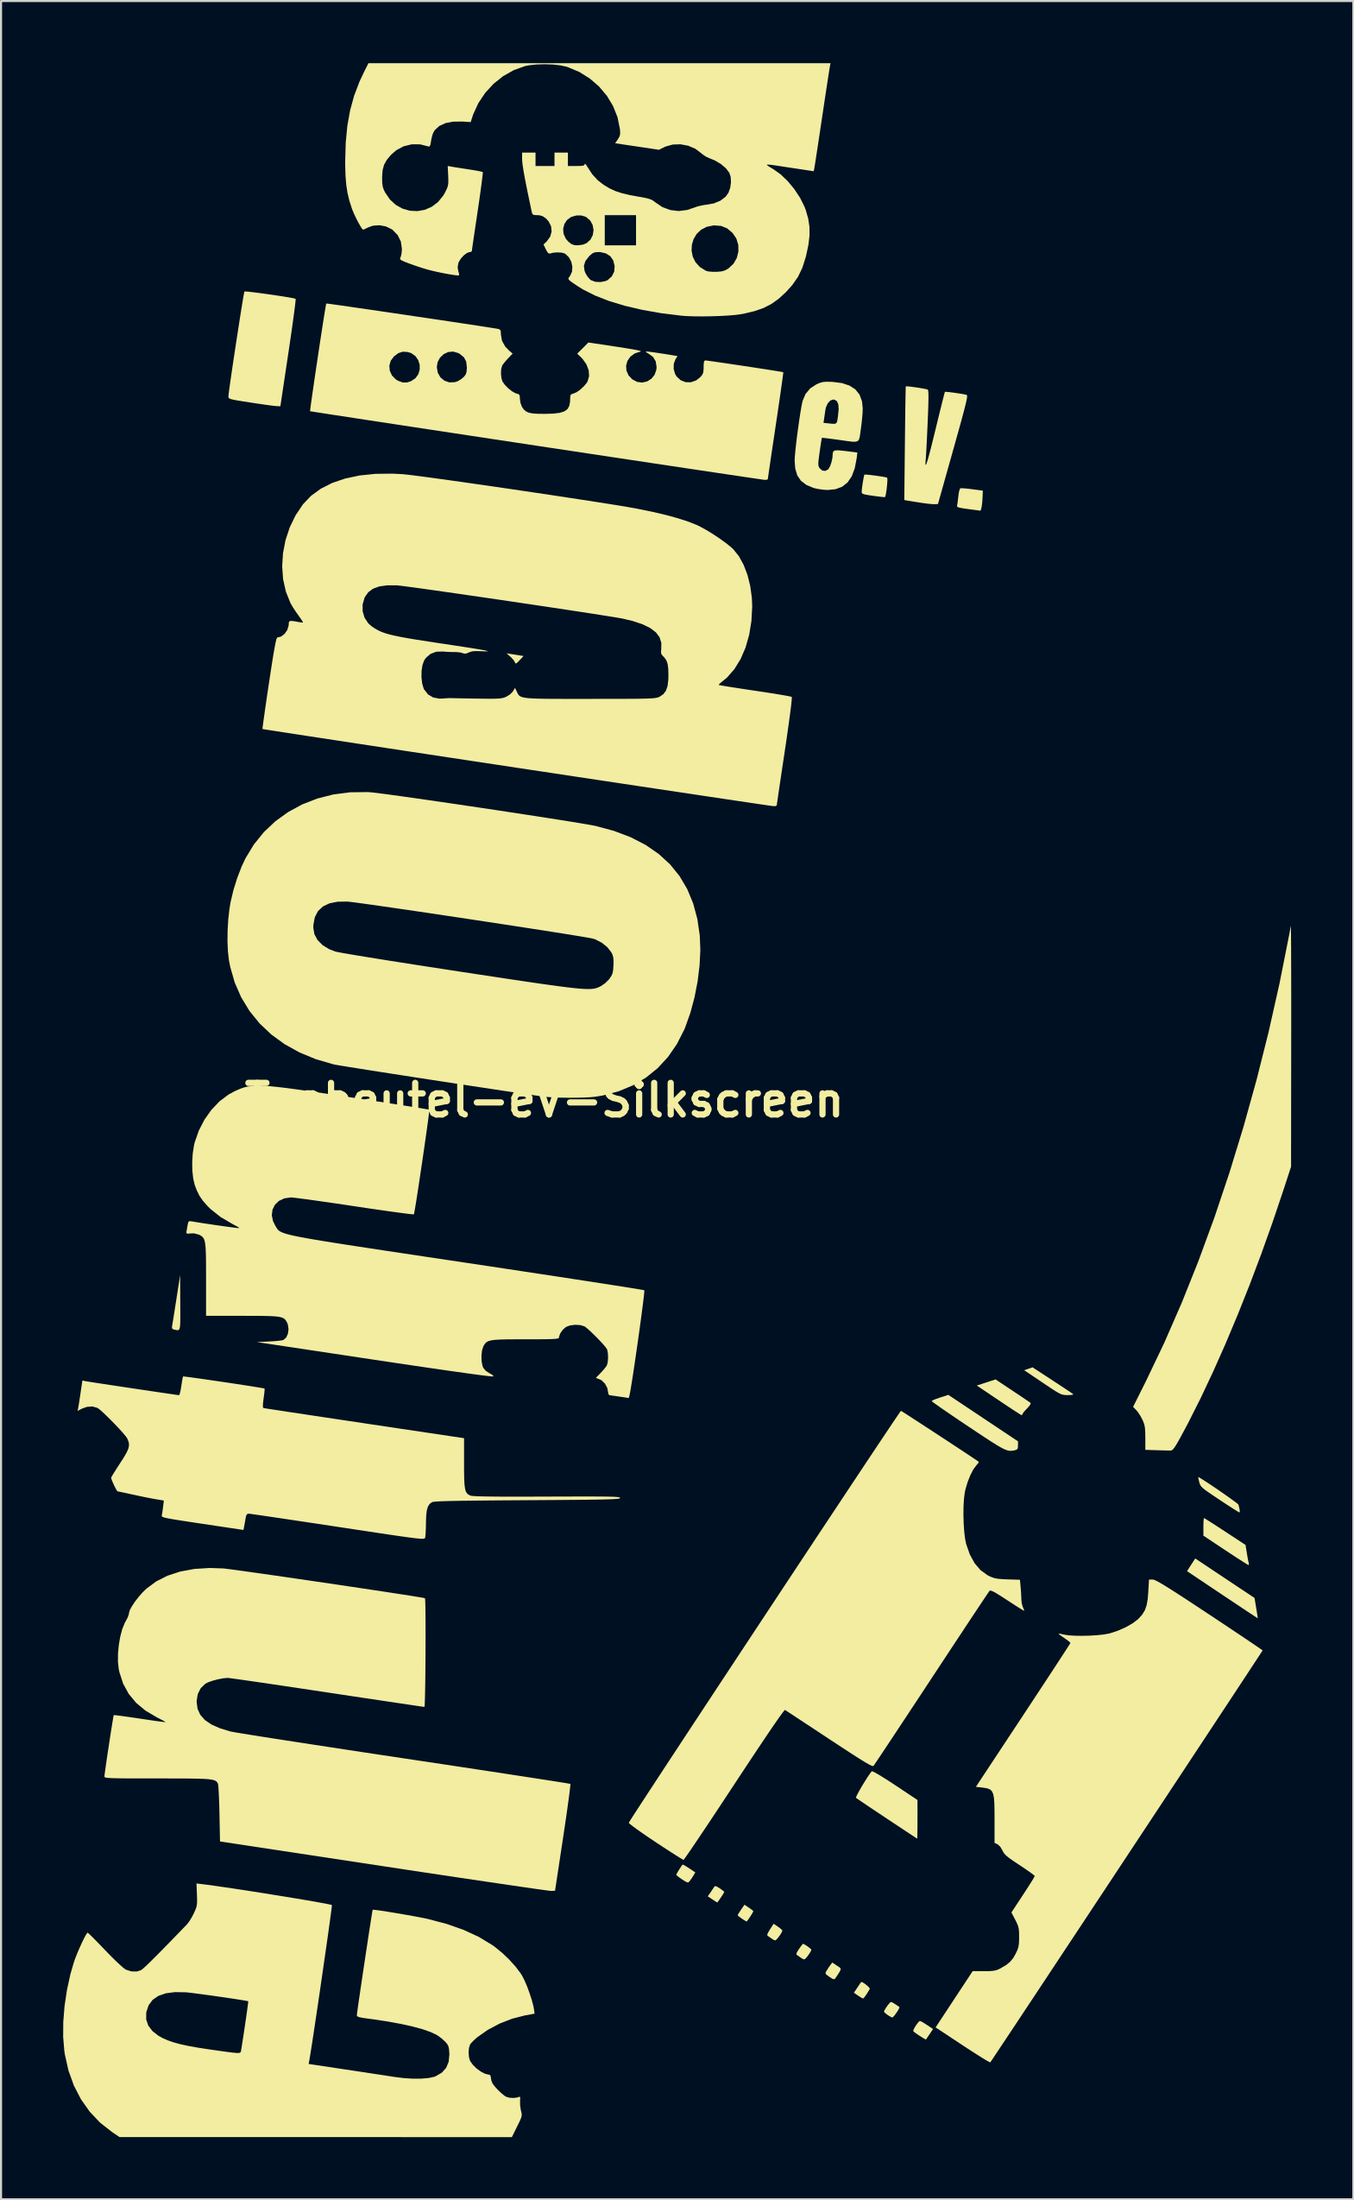
<source format=kicad_pcb>
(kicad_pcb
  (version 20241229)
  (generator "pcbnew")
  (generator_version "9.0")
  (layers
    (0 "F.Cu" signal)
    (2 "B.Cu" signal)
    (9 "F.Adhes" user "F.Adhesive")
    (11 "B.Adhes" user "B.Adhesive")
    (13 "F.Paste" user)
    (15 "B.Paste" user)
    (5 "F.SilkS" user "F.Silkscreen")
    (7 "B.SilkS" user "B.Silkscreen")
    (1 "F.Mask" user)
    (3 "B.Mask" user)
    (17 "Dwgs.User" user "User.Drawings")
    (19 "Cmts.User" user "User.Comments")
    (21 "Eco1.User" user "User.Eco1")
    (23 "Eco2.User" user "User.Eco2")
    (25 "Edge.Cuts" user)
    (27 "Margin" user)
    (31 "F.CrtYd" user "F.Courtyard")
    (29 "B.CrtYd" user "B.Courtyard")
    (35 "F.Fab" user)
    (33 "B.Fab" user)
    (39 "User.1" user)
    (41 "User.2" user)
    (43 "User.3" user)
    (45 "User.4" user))
  (footprint "Teebeutel-eV-Silkscreen"
    (layer "F.Cu")
    (at 23.24 50.045)
    (property "Reference" "Teebeutel-eV-Silkscreen" (at 0 0 0) (layer "F.SilkS") (effects (font (size 1.524 1.524) (thickness 0.3))))
    (attr board_only exclude_from_pos_files exclude_from_bom)
    (fp_poly (pts (xy -1.629 -21.533) (xy -1.432 -21.503) (xy -1.228 -21.47) (xy -1.218 -21.469) (xy -1.008 -21.435) (xy -1.2 -21.231) (xy -1.314 -21.116) (xy -1.377 -21.073) (xy -1.411 -21.093) (xy -1.427 -21.134) (xy -1.488 -21.235) (xy -1.599 -21.359) (xy -1.645 -21.402) (xy -1.829 -21.564)) (stroke (width 0) (type solid)) (fill yes) (layer "F.SilkS"))
    (fp_poly (pts (xy 15.345 42.566) (xy 15.444 42.626) (xy 15.558 42.713) (xy 15.656 42.804) (xy 15.709 42.875) (xy 15.709 42.893) (xy 15.568 43.124) (xy 15.46 43.28) (xy 15.393 43.351) (xy 15.382 43.355) (xy 15.317 43.325) (xy 15.2 43.252) (xy 15.142 43.214) (xy 14.941 43.076) (xy 15.11 42.826) (xy 15.205 42.686) (xy 15.272 42.588) (xy 15.292 42.558)) (stroke (width 0) (type solid)) (fill yes) (layer "F.SilkS"))
    (fp_poly (pts (xy 32.855 23.072) (xy 34.287 24.025) (xy 34.367 24.51) (xy 34.402 24.724) (xy 34.427 24.891) (xy 34.44 24.987) (xy 34.44 25.002) (xy 34.395 24.975) (xy 34.271 24.894) (xy 34.076 24.765) (xy 33.821 24.597) (xy 33.516 24.394) (xy 33.17 24.163) (xy 32.793 23.912) (xy 32.73 23.87) (xy 31.027 22.731) (xy 31.225 22.424) (xy 31.424 22.118)) (stroke (width 0) (type solid)) (fill yes) (layer "F.SilkS"))
    (fp_poly (pts (xy 11.275 39.889) (xy 11.4 39.981) (xy 11.476 40.055) (xy 11.487 40.077) (xy 11.457 40.16) (xy 11.383 40.282) (xy 11.29 40.41) (xy 11.202 40.511) (xy 11.143 40.552) (xy 11.142 40.552) (xy 11.056 40.52) (xy 10.974 40.467) (xy 10.859 40.384) (xy 10.79 40.34) (xy 10.756 40.299) (xy 10.773 40.223) (xy 10.845 40.091) (xy 10.888 40.023) (xy 11.064 39.749)) (stroke (width 0) (type solid)) (fill yes) (layer "F.SilkS"))
    (fp_poly (pts (xy 14.122 41.769) (xy 14.232 41.84) (xy 14.293 41.893) (xy 14.305 41.952) (xy 14.265 42.042) (xy 14.174 42.186) (xy 14.096 42.306) (xy 14.033 42.396) (xy 13.976 42.427) (xy 13.896 42.399) (xy 13.761 42.311) (xy 13.739 42.296) (xy 13.618 42.208) (xy 13.572 42.146) (xy 13.588 42.076) (xy 13.623 42.013) (xy 13.72 41.861) (xy 13.803 41.744) (xy 13.896 41.62)) (stroke (width 0) (type solid)) (fill yes) (layer "F.SilkS"))
    (fp_poly (pts (xy 6.718 36.908) (xy 6.832 36.972) (xy 6.985 37.069) (xy 7.284 37.268) (xy 7.196 37.418) (xy 7.101 37.565) (xy 7.018 37.679) (xy 6.967 37.738) (xy 6.916 37.755) (xy 6.838 37.726) (xy 6.707 37.646) (xy 6.647 37.607) (xy 6.499 37.505) (xy 6.397 37.423) (xy 6.363 37.383) (xy 6.39 37.324) (xy 6.456 37.21) (xy 6.541 37.075) (xy 6.622 36.953) (xy 6.668 36.892)) (stroke (width 0) (type solid)) (fill yes) (layer "F.SilkS"))
    (fp_poly (pts (xy 9.871 38.971) (xy 9.996 39.059) (xy 10.073 39.123) (xy 10.085 39.14) (xy 10.058 39.201) (xy 9.992 39.314) (xy 9.907 39.445) (xy 9.827 39.561) (xy 9.771 39.63) (xy 9.76 39.637) (xy 9.702 39.609) (xy 9.59 39.539) (xy 9.531 39.5) (xy 9.41 39.412) (xy 9.338 39.349) (xy 9.33 39.335) (xy 9.358 39.278) (xy 9.43 39.162) (xy 9.493 39.068) (xy 9.657 38.829)) (stroke (width 0) (type solid)) (fill yes) (layer "F.SilkS"))
    (fp_poly (pts (xy 18.194 44.464) (xy 18.321 44.537) (xy 18.469 44.632) (xy 18.763 44.827) (xy 18.595 45.077) (xy 18.502 45.215) (xy 18.438 45.309) (xy 18.42 45.336) (xy 18.376 45.315) (xy 18.265 45.25) (xy 18.119 45.159) (xy 17.964 45.056) (xy 17.851 44.971) (xy 17.806 44.924) (xy 17.824 44.853) (xy 17.887 44.733) (xy 17.973 44.602) (xy 18.059 44.492) (xy 18.122 44.438) (xy 18.128 44.437)) (stroke (width 0) (type solid)) (fill yes) (layer "F.SilkS"))
    (fp_poly (pts (xy -17.586 9.774) (xy -17.584 10.193) (xy -17.583 10.515) (xy -17.587 10.754) (xy -17.598 10.92) (xy -17.619 11.025) (xy -17.652 11.082) (xy -17.7 11.102) (xy -17.767 11.097) (xy -17.854 11.078) (xy -17.889 11.071) (xy -17.973 11.034) (xy -17.987 10.945) (xy -17.98 10.903) (xy -17.964 10.808) (xy -17.934 10.625) (xy -17.893 10.37) (xy -17.845 10.063) (xy -17.791 9.721) (xy -17.772 9.599) (xy -17.592 8.44)) (stroke (width 0) (type solid)) (fill yes) (layer "F.SilkS"))
    (fp_poly (pts (xy 8.31 37.946) (xy 8.438 38.021) (xy 8.461 38.036) (xy 8.589 38.126) (xy 8.669 38.193) (xy 8.682 38.212) (xy 8.655 38.266) (xy 8.588 38.374) (xy 8.502 38.504) (xy 8.419 38.625) (xy 8.359 38.705) (xy 8.343 38.72) (xy 8.296 38.693) (xy 8.188 38.624) (xy 8.109 38.572) (xy 7.886 38.424) (xy 8.018 38.235) (xy 8.111 38.097) (xy 8.183 37.988) (xy 8.195 37.968) (xy 8.237 37.93)) (stroke (width 0) (type solid)) (fill yes) (layer "F.SilkS"))
    (fp_poly (pts (xy 24.524 13.518) (xy 24.811 13.706) (xy 25.069 13.876) (xy 25.283 14.018) (xy 25.439 14.123) (xy 25.523 14.182) (xy 25.532 14.189) (xy 25.513 14.215) (xy 25.405 14.23) (xy 25.262 14.234) (xy 25.151 14.231) (xy 25.054 14.22) (xy 24.958 14.193) (xy 24.845 14.142) (xy 24.701 14.059) (xy 24.508 13.936) (xy 24.252 13.765) (xy 24.054 13.632) (xy 23.165 13.033) (xy 23.367 12.964) (xy 23.568 12.894)) (stroke (width 0) (type solid)) (fill yes) (layer "F.SilkS"))
    (fp_poly (pts (xy 12.555 40.744) (xy 12.665 40.813) (xy 12.78 40.896) (xy 12.866 40.969) (xy 12.888 41) (xy 12.859 41.079) (xy 12.785 41.2) (xy 12.692 41.327) (xy 12.604 41.428) (xy 12.545 41.469) (xy 12.545 41.469) (xy 12.458 41.437) (xy 12.376 41.384) (xy 12.262 41.302) (xy 12.194 41.258) (xy 12.162 41.215) (xy 12.185 41.135) (xy 12.268 40.998) (xy 12.291 40.965) (xy 12.388 40.829) (xy 12.461 40.738) (xy 12.488 40.715)) (stroke (width 0) (type solid)) (fill yes) (layer "F.SilkS"))
    (fp_poly (pts (xy 16.805 43.549) (xy 16.935 43.626) (xy 17.091 43.732) (xy 17.142 43.769) (xy 17.131 43.821) (xy 17.074 43.926) (xy 16.99 44.053) (xy 16.901 44.173) (xy 16.828 44.254) (xy 16.799 44.271) (xy 16.722 44.241) (xy 16.601 44.171) (xy 16.57 44.15) (xy 16.458 44.065) (xy 16.398 44.001) (xy 16.395 43.99) (xy 16.423 43.914) (xy 16.495 43.796) (xy 16.586 43.668) (xy 16.671 43.565) (xy 16.728 43.52) (xy 16.73 43.52)) (stroke (width 0) (type solid)) (fill yes) (layer "F.SilkS"))
    (fp_poly (pts (xy 20.315 -29.523) (xy 20.525 -29.501) (xy 20.654 -29.484) (xy 21.167 -29.416) (xy 21.153 -29.066) (xy 21.139 -28.86) (xy 21.118 -28.68) (xy 21.099 -28.582) (xy 21.059 -28.447) (xy 20.478 -28.524) (xy 20.219 -28.561) (xy 20.05 -28.592) (xy 19.956 -28.623) (xy 19.921 -28.658) (xy 19.922 -28.685) (xy 19.94 -28.78) (xy 19.962 -28.946) (xy 19.984 -29.139) (xy 20.01 -29.326) (xy 20.045 -29.467) (xy 20.081 -29.53) (xy 20.081 -29.53) (xy 20.158 -29.533)) (stroke (width 0) (type solid)) (fill yes) (layer "F.SilkS"))
    (fp_poly (pts (xy 22.607 14.026) (xy 22.872 14.202) (xy 23.107 14.36) (xy 23.296 14.489) (xy 23.425 14.578) (xy 23.477 14.616) (xy 23.467 14.673) (xy 23.395 14.777) (xy 23.302 14.879) (xy 23.182 15.007) (xy 23.102 15.11) (xy 23.081 15.154) (xy 23.05 15.203) (xy 23.041 15.204) (xy 22.986 15.174) (xy 22.856 15.092) (xy 22.661 14.967) (xy 22.416 14.806) (xy 22.134 14.618) (xy 21.937 14.486) (xy 20.875 13.772) (xy 21.328 13.625) (xy 21.782 13.477)) (stroke (width 0) (type solid)) (fill yes) (layer "F.SilkS"))
    (fp_poly (pts (xy 31.898 20.197) (xy 32.026 20.276) (xy 32.218 20.398) (xy 32.459 20.553) (xy 32.737 20.734) (xy 32.864 20.817) (xy 33.852 21.465) (xy 33.919 21.879) (xy 33.954 22.086) (xy 33.987 22.255) (xy 34.01 22.355) (xy 34.013 22.363) (xy 34.012 22.426) (xy 33.994 22.433) (xy 33.938 22.404) (xy 33.805 22.323) (xy 33.609 22.199) (xy 33.362 22.04) (xy 33.077 21.853) (xy 32.882 21.725) (xy 31.817 21.017) (xy 31.817 20.593) (xy 31.821 20.395) (xy 31.83 20.246) (xy 31.843 20.173) (xy 31.846 20.169)) (stroke (width 0) (type solid)) (fill yes) (layer "F.SilkS"))
    (fp_poly (pts (xy 21.183 15.344) (xy 22.865 16.465) (xy 22.865 16.666) (xy 22.855 16.801) (xy 22.807 16.866) (xy 22.697 16.9) (xy 22.599 16.917) (xy 22.508 16.924) (xy 22.414 16.916) (xy 22.308 16.888) (xy 22.179 16.834) (xy 22.018 16.749) (xy 21.814 16.629) (xy 21.559 16.469) (xy 21.242 16.262) (xy 20.853 16.005) (xy 20.466 15.747) (xy 20.076 15.486) (xy 19.716 15.243) (xy 19.396 15.024) (xy 19.125 14.837) (xy 18.912 14.687) (xy 18.767 14.581) (xy 18.7 14.526) (xy 18.696 14.52) (xy 18.749 14.485) (xy 18.879 14.43) (xy 19.06 14.365) (xy 19.103 14.351) (xy 19.5 14.222)) (stroke (width 0) (type solid)) (fill yes) (layer "F.SilkS"))
    (fp_poly (pts (xy 15.646 -30.181) (xy 15.834 -30.16) (xy 16.044 -30.132) (xy 16.248 -30.102) (xy 16.418 -30.074) (xy 16.526 -30.05) (xy 16.547 -30.042) (xy 16.559 -29.981) (xy 16.556 -29.845) (xy 16.541 -29.664) (xy 16.52 -29.468) (xy 16.493 -29.289) (xy 16.466 -29.157) (xy 16.444 -29.105) (xy 16.384 -29.105) (xy 16.241 -29.119) (xy 16.039 -29.143) (xy 15.868 -29.166) (xy 15.619 -29.203) (xy 15.458 -29.234) (xy 15.367 -29.265) (xy 15.326 -29.304) (xy 15.316 -29.356) (xy 15.316 -29.358) (xy 15.324 -29.467) (xy 15.345 -29.631) (xy 15.373 -29.818) (xy 15.403 -29.995) (xy 15.43 -30.13) (xy 15.449 -30.189) (xy 15.508 -30.192)) (stroke (width 0) (type solid)) (fill yes) (layer "F.SilkS"))
    (fp_poly (pts (xy 31.618 18.21) (xy 31.74 18.283) (xy 31.918 18.398) (xy 32.138 18.542) (xy 32.383 18.707) (xy 32.637 18.881) (xy 32.885 19.054) (xy 33.112 19.214) (xy 33.301 19.352) (xy 33.438 19.455) (xy 33.506 19.515) (xy 33.51 19.522) (xy 33.561 19.728) (xy 33.576 19.858) (xy 33.558 19.898) (xy 33.502 19.869) (xy 33.371 19.789) (xy 33.179 19.667) (xy 32.939 19.512) (xy 32.666 19.332) (xy 32.599 19.288) (xy 32.29 19.081) (xy 32.058 18.923) (xy 31.891 18.803) (xy 31.778 18.71) (xy 31.705 18.634) (xy 31.661 18.563) (xy 31.632 18.487) (xy 31.619 18.44) (xy 31.584 18.296) (xy 31.567 18.205) (xy 31.568 18.19)) (stroke (width 0) (type solid)) (fill yes) (layer "F.SilkS"))
    (fp_poly (pts (xy 15.863 32.402) (xy 16 32.472) (xy 16.207 32.593) (xy 16.475 32.759) (xy 16.795 32.966) (xy 16.932 33.057) (xy 18.012 33.775) (xy 18.012 34.711) (xy 18.011 35.014) (xy 18.009 35.276) (xy 18.006 35.479) (xy 18.002 35.606) (xy 17.998 35.642) (xy 17.952 35.612) (xy 17.826 35.529) (xy 17.632 35.401) (xy 17.381 35.235) (xy 17.082 35.037) (xy 16.747 34.815) (xy 16.536 34.675) (xy 16.183 34.44) (xy 15.857 34.223) (xy 15.572 34.032) (xy 15.337 33.873) (xy 15.163 33.754) (xy 15.062 33.684) (xy 15.041 33.668) (xy 15.055 33.612) (xy 15.116 33.487) (xy 15.211 33.312) (xy 15.329 33.108) (xy 15.458 32.896) (xy 15.585 32.695) (xy 15.698 32.526) (xy 15.785 32.409) (xy 15.804 32.388)) (stroke (width 0) (type solid)) (fill yes) (layer "F.SilkS"))
    (fp_poly (pts (xy -14.279 -39.016) (xy -14.062 -38.991) (xy -13.793 -38.957) (xy -13.491 -38.916) (xy -13.176 -38.872) (xy -12.865 -38.826) (xy -12.577 -38.781) (xy -12.33 -38.74) (xy -12.143 -38.706) (xy -12.034 -38.68) (xy -12.015 -38.673) (xy -12.016 -38.614) (xy -12.031 -38.46) (xy -12.06 -38.219) (xy -12.101 -37.904) (xy -12.153 -37.524) (xy -12.214 -37.089) (xy -12.284 -36.61) (xy -12.36 -36.098) (xy -12.365 -36.064) (xy -12.752 -33.489) (xy -12.942 -33.496) (xy -13.053 -33.507) (xy -13.251 -33.531) (xy -13.516 -33.568) (xy -13.827 -33.613) (xy -14.165 -33.664) (xy -14.196 -33.668) (xy -14.558 -33.725) (xy -14.827 -33.768) (xy -15.017 -33.804) (xy -15.141 -33.834) (xy -15.214 -33.863) (xy -15.249 -33.896) (xy -15.26 -33.935) (xy -15.26 -33.971) (xy -15.252 -34.062) (xy -15.229 -34.242) (xy -15.194 -34.499) (xy -15.148 -34.82) (xy -15.094 -35.193) (xy -15.033 -35.604) (xy -14.967 -36.041) (xy -14.899 -36.49) (xy -14.83 -36.94) (xy -14.762 -37.377) (xy -14.698 -37.789) (xy -14.638 -38.163) (xy -14.586 -38.485) (xy -14.543 -38.743) (xy -14.51 -38.925) (xy -14.491 -39.018) (xy -14.488 -39.027) (xy -14.428 -39.028)) (stroke (width 0) (type solid)) (fill yes) (layer "F.SilkS"))
    (fp_poly (pts (xy 36.042 -8.378) (xy 36.045 -8.243) (xy 36.048 -8.012) (xy 36.05 -7.695) (xy 36.053 -7.296) (xy 36.054 -6.822) (xy 36.056 -6.282) (xy 36.057 -5.68) (xy 36.058 -5.024) (xy 36.058 -4.32) (xy 36.058 -3.576) (xy 36.057 -2.798) (xy 36.057 -2.669) (xy 36.051 3.209) (xy 35.683 4.336) (xy 35.162 5.88) (xy 34.617 7.409) (xy 34.051 8.909) (xy 33.469 10.369) (xy 32.878 11.776) (xy 32.281 13.117) (xy 31.685 14.381) (xy 31.094 15.554) (xy 30.877 15.963) (xy 30.699 16.292) (xy 30.562 16.536) (xy 30.458 16.708) (xy 30.379 16.819) (xy 30.318 16.882) (xy 30.265 16.907) (xy 30.245 16.91) (xy 30.138 16.909) (xy 29.954 16.905) (xy 29.722 16.899) (xy 29.566 16.894) (xy 29.013 16.876) (xy 29.013 16.298) (xy 29.009 16.023) (xy 28.996 15.825) (xy 28.969 15.671) (xy 28.921 15.53) (xy 28.875 15.423) (xy 28.77 15.228) (xy 28.65 15.048) (xy 28.58 14.964) (xy 28.423 14.801) (xy 29.056 13.535) (xy 29.933 11.698) (xy 30.777 9.766) (xy 31.583 7.749) (xy 32.351 5.657) (xy 33.075 3.498) (xy 33.755 1.281) (xy 34.386 -0.985) (xy 34.966 -3.29) (xy 35.491 -5.625) (xy 35.96 -7.982) (xy 36.039 -8.413)) (stroke (width 0) (type solid)) (fill yes) (layer "F.SilkS"))
    (fp_poly (pts (xy 17.639 -34.439) (xy 17.824 -34.415) (xy 18.03 -34.386) (xy 18.229 -34.354) (xy 18.392 -34.323) (xy 18.492 -34.299) (xy 18.505 -34.293) (xy 18.524 -34.257) (xy 18.536 -34.169) (xy 18.542 -34.019) (xy 18.541 -33.798) (xy 18.534 -33.497) (xy 18.52 -33.104) (xy 18.505 -32.752) (xy 18.487 -32.342) (xy 18.469 -31.95) (xy 18.451 -31.594) (xy 18.434 -31.293) (xy 18.42 -31.065) (xy 18.41 -30.928) (xy 18.397 -30.754) (xy 18.4 -30.665) (xy 18.42 -30.663) (xy 18.458 -30.751) (xy 18.515 -30.931) (xy 18.591 -31.207) (xy 18.688 -31.581) (xy 18.806 -32.056) (xy 18.899 -32.438) (xy 19 -32.852) (xy 19.093 -33.232) (xy 19.176 -33.565) (xy 19.244 -33.838) (xy 19.296 -34.04) (xy 19.328 -34.157) (xy 19.336 -34.183) (xy 19.394 -34.185) (xy 19.53 -34.173) (xy 19.716 -34.15) (xy 19.922 -34.121) (xy 20.121 -34.09) (xy 20.284 -34.061) (xy 20.383 -34.037) (xy 20.388 -34.035) (xy 20.404 -34.015) (xy 20.409 -33.966) (xy 20.399 -33.88) (xy 20.375 -33.749) (xy 20.332 -33.566) (xy 20.27 -33.321) (xy 20.187 -33.007) (xy 20.081 -32.616) (xy 19.948 -32.14) (xy 19.789 -31.571) (xy 19.737 -31.386) (xy 19.001 -28.77) (xy 18.844 -28.762) (xy 18.719 -28.766) (xy 18.524 -28.785) (xy 18.292 -28.815) (xy 18.201 -28.828) (xy 17.961 -28.865) (xy 17.743 -28.9) (xy 17.583 -28.926) (xy 17.545 -28.932) (xy 17.375 -28.962) (xy 17.404 -31.698) (xy 17.41 -32.23) (xy 17.416 -32.729) (xy 17.422 -33.184) (xy 17.427 -33.584) (xy 17.433 -33.921) (xy 17.438 -34.183) (xy 17.442 -34.361) (xy 17.445 -34.444) (xy 17.446 -34.448) (xy 17.503 -34.451)) (stroke (width 0) (type solid)) (fill yes) (layer "F.SilkS"))
    (fp_poly (pts (xy 13.828 -34.668) (xy 13.905 -34.665) (xy 14.361 -34.608) (xy 14.732 -34.485) (xy 15.017 -34.298) (xy 15.217 -34.044) (xy 15.334 -33.723) (xy 15.368 -33.381) (xy 15.361 -33.181) (xy 15.339 -32.913) (xy 15.307 -32.616) (xy 15.278 -32.397) (xy 15.246 -32.163) (xy 15.22 -31.991) (xy 15.183 -31.875) (xy 15.12 -31.805) (xy 15.017 -31.776) (xy 14.856 -31.779) (xy 14.624 -31.808) (xy 14.304 -31.854) (xy 14.184 -31.871) (xy 13.909 -31.908) (xy 13.675 -31.938) (xy 13.501 -31.958) (xy 13.407 -31.966) (xy 13.396 -31.965) (xy 13.383 -31.909) (xy 13.36 -31.768) (xy 13.328 -31.561) (xy 13.291 -31.311) (xy 13.289 -31.294) (xy 13.251 -31.016) (xy 13.229 -30.824) (xy 13.223 -30.695) (xy 13.234 -30.607) (xy 13.261 -30.541) (xy 13.286 -30.499) (xy 13.411 -30.388) (xy 13.558 -30.368) (xy 13.697 -30.441) (xy 13.711 -30.456) (xy 13.788 -30.588) (xy 13.857 -30.781) (xy 13.903 -30.989) (xy 13.914 -31.116) (xy 13.921 -31.237) (xy 13.954 -31.315) (xy 14.028 -31.355) (xy 14.162 -31.364) (xy 14.374 -31.346) (xy 14.557 -31.325) (xy 15.109 -31.256) (xy 15.073 -30.965) (xy 14.982 -30.489) (xy 14.836 -30.105) (xy 14.635 -29.811) (xy 14.375 -29.606) (xy 14.055 -29.485) (xy 13.674 -29.447) (xy 13.419 -29.465) (xy 13.156 -29.506) (xy 12.988 -29.548) (xy 12.642 -29.695) (xy 12.385 -29.892) (xy 12.21 -30.147) (xy 12.111 -30.472) (xy 12.08 -30.86) (xy 12.089 -31.042) (xy 12.112 -31.308) (xy 12.147 -31.636) (xy 12.191 -32.004) (xy 12.242 -32.389) (xy 12.284 -32.687) (xy 13.474 -32.687) (xy 13.68 -32.666) (xy 13.895 -32.643) (xy 14.026 -32.642) (xy 14.099 -32.68) (xy 14.136 -32.774) (xy 14.163 -32.942) (xy 14.174 -33.019) (xy 14.206 -33.349) (xy 14.188 -33.587) (xy 14.119 -33.738) (xy 13.998 -33.807) (xy 13.938 -33.813) (xy 13.799 -33.763) (xy 13.678 -33.629) (xy 13.592 -33.437) (xy 13.567 -33.326) (xy 13.537 -33.118) (xy 13.506 -32.909) (xy 13.505 -32.899) (xy 13.474 -32.687) (xy 12.284 -32.687) (xy 12.295 -32.769) (xy 12.349 -33.122) (xy 12.399 -33.426) (xy 12.444 -33.659) (xy 12.465 -33.748) (xy 12.607 -34.082) (xy 12.833 -34.353) (xy 13.135 -34.549) (xy 13.14 -34.552) (xy 13.303 -34.62) (xy 13.446 -34.658) (xy 13.608 -34.672)) (stroke (width 0) (type solid)) (fill yes) (layer "F.SilkS"))
    (fp_poly (pts (xy 29.425 23.145) (xy 29.509 23.179) (xy 29.629 23.24) (xy 29.791 23.332) (xy 30.002 23.459) (xy 30.269 23.627) (xy 30.597 23.837) (xy 30.995 24.096) (xy 31.467 24.406) (xy 32.021 24.772) (xy 32.112 24.831) (xy 32.583 25.144) (xy 33.026 25.438) (xy 33.433 25.71) (xy 33.796 25.953) (xy 34.108 26.163) (xy 34.359 26.333) (xy 34.542 26.459) (xy 34.65 26.535) (xy 34.676 26.556) (xy 34.646 26.603) (xy 34.561 26.735) (xy 34.422 26.947) (xy 34.234 27.233) (xy 33.999 27.59) (xy 33.721 28.013) (xy 33.403 28.495) (xy 33.049 29.033) (xy 32.661 29.62) (xy 32.243 30.254) (xy 31.798 30.928) (xy 31.329 31.637) (xy 30.841 32.377) (xy 30.335 33.142) (xy 29.816 33.928) (xy 29.286 34.729) (xy 28.748 35.542) (xy 28.207 36.36) (xy 27.666 37.179) (xy 27.127 37.994) (xy 26.594 38.799) (xy 26.07 39.591) (xy 25.558 40.364) (xy 25.062 41.113) (xy 24.585 41.833) (xy 24.131 42.519) (xy 23.702 43.166) (xy 23.302 43.77) (xy 22.934 44.325) (xy 22.601 44.826) (xy 22.307 45.269) (xy 22.054 45.648) (xy 21.847 45.959) (xy 21.689 46.197) (xy 21.582 46.356) (xy 21.53 46.431) (xy 21.526 46.437) (xy 21.474 46.417) (xy 21.343 46.344) (xy 21.146 46.225) (xy 20.895 46.067) (xy 20.599 45.878) (xy 20.272 45.665) (xy 20.189 45.61) (xy 18.887 44.75) (xy 20.676 42.034) (xy 21.218 42.035) (xy 21.483 42.033) (xy 21.671 42.019) (xy 21.813 41.99) (xy 21.94 41.941) (xy 22.003 41.909) (xy 22.281 41.747) (xy 22.483 41.585) (xy 22.638 41.396) (xy 22.753 41.193) (xy 22.837 41.013) (xy 22.887 40.86) (xy 22.911 40.692) (xy 22.919 40.469) (xy 22.919 40.387) (xy 22.916 40.146) (xy 22.898 39.971) (xy 22.858 39.823) (xy 22.786 39.661) (xy 22.734 39.558) (xy 22.548 39.202) (xy 23.111 38.346) (xy 23.287 38.076) (xy 23.441 37.836) (xy 23.563 37.641) (xy 23.643 37.505) (xy 23.674 37.444) (xy 23.674 37.444) (xy 23.631 37.4) (xy 23.513 37.309) (xy 23.334 37.182) (xy 23.11 37.029) (xy 22.946 36.92) (xy 22.666 36.735) (xy 22.463 36.592) (xy 22.32 36.481) (xy 22.224 36.387) (xy 22.159 36.297) (xy 22.113 36.207) (xy 22.013 36.036) (xy 21.897 35.922) (xy 21.871 35.908) (xy 21.733 35.845) (xy 21.733 34.718) (xy 21.731 34.281) (xy 21.724 33.939) (xy 21.704 33.679) (xy 21.669 33.491) (xy 21.611 33.36) (xy 21.528 33.274) (xy 21.412 33.222) (xy 21.26 33.19) (xy 21.107 33.17) (xy 20.832 33.139) (xy 23.113 29.687) (xy 23.475 29.138) (xy 23.82 28.614) (xy 24.143 28.124) (xy 24.439 27.673) (xy 24.704 27.269) (xy 24.932 26.919) (xy 25.12 26.63) (xy 25.263 26.409) (xy 25.356 26.263) (xy 25.395 26.198) (xy 25.396 26.196) (xy 25.357 26.148) (xy 25.249 26.062) (xy 25.103 25.959) (xy 24.955 25.857) (xy 24.853 25.78) (xy 24.821 25.745) (xy 24.878 25.748) (xy 25.003 25.773) (xy 25.078 25.791) (xy 25.299 25.826) (xy 25.597 25.846) (xy 25.945 25.852) (xy 26.314 25.843) (xy 26.675 25.822) (xy 26.999 25.788) (xy 27.258 25.742) (xy 27.295 25.733) (xy 27.686 25.605) (xy 28.063 25.439) (xy 28.397 25.25) (xy 28.658 25.052) (xy 28.696 25.016) (xy 28.868 24.821) (xy 28.991 24.617) (xy 29.075 24.379) (xy 29.128 24.083) (xy 29.157 23.732) (xy 29.191 23.135) (xy 29.37 23.135)) (stroke (width 0) (type solid)) (fill yes) (layer "F.SilkS"))
    (fp_poly (pts (xy 17.262 15.022) (xy 17.389 15.102) (xy 17.583 15.226) (xy 17.832 15.388) (xy 18.126 15.578) (xy 18.452 15.791) (xy 18.799 16.017) (xy 19.156 16.251) (xy 19.511 16.483) (xy 19.852 16.708) (xy 20.169 16.916) (xy 20.449 17.101) (xy 20.681 17.256) (xy 20.853 17.371) (xy 20.955 17.441) (xy 20.974 17.455) (xy 20.956 17.502) (xy 20.882 17.593) (xy 20.856 17.621) (xy 20.708 17.821) (xy 20.564 18.099) (xy 20.434 18.426) (xy 20.332 18.771) (xy 20.296 18.935) (xy 20.257 19.234) (xy 20.235 19.602) (xy 20.231 20.009) (xy 20.242 20.425) (xy 20.269 20.821) (xy 20.31 21.165) (xy 20.359 21.409) (xy 20.537 21.921) (xy 20.771 22.348) (xy 21.058 22.684) (xy 21.398 22.929) (xy 21.455 22.958) (xy 21.608 23.027) (xy 21.751 23.072) (xy 21.917 23.101) (xy 22.136 23.118) (xy 22.359 23.127) (xy 22.959 23.146) (xy 22.993 23.505) (xy 23.011 23.734) (xy 23.023 23.96) (xy 23.027 24.095) (xy 23.047 24.284) (xy 23.096 24.457) (xy 23.109 24.486) (xy 23.156 24.593) (xy 23.162 24.644) (xy 23.159 24.645) (xy 23.106 24.617) (xy 22.977 24.539) (xy 22.79 24.42) (xy 22.558 24.271) (xy 22.341 24.129) (xy 22.047 23.939) (xy 21.83 23.804) (xy 21.677 23.718) (xy 21.576 23.676) (xy 21.515 23.669) (xy 21.488 23.684) (xy 21.45 23.739) (xy 21.356 23.877) (xy 21.212 24.092) (xy 21.021 24.379) (xy 20.787 24.729) (xy 20.516 25.138) (xy 20.212 25.598) (xy 19.877 26.104) (xy 19.518 26.648) (xy 19.138 27.224) (xy 18.741 27.826) (xy 18.688 27.908) (xy 18.289 28.513) (xy 17.906 29.093) (xy 17.544 29.641) (xy 17.206 30.152) (xy 16.897 30.619) (xy 16.622 31.034) (xy 16.383 31.393) (xy 16.186 31.688) (xy 16.035 31.913) (xy 15.935 32.062) (xy 15.888 32.128) (xy 15.886 32.13) (xy 15.855 32.137) (xy 15.792 32.118) (xy 15.691 32.07) (xy 15.543 31.987) (xy 15.343 31.866) (xy 15.083 31.703) (xy 14.756 31.493) (xy 14.356 31.232) (xy 13.875 30.916) (xy 13.747 30.832) (xy 13.323 30.552) (xy 12.924 30.289) (xy 12.562 30.051) (xy 12.245 29.842) (xy 11.982 29.669) (xy 11.783 29.538) (xy 11.657 29.456) (xy 11.614 29.428) (xy 11.573 29.466) (xy 11.475 29.592) (xy 11.323 29.803) (xy 11.118 30.097) (xy 10.861 30.472) (xy 10.556 30.925) (xy 10.203 31.453) (xy 9.804 32.054) (xy 9.361 32.724) (xy 9.16 33.029) (xy 8.788 33.593) (xy 8.433 34.131) (xy 8.099 34.635) (xy 7.79 35.098) (xy 7.511 35.515) (xy 7.266 35.877) (xy 7.061 36.18) (xy 6.899 36.415) (xy 6.785 36.576) (xy 6.723 36.657) (xy 6.714 36.665) (xy 6.657 36.635) (xy 6.522 36.554) (xy 6.32 36.427) (xy 6.065 36.264) (xy 5.767 36.07) (xy 5.438 35.854) (xy 5.366 35.806) (xy 5.034 35.584) (xy 4.734 35.379) (xy 4.476 35.197) (xy 4.273 35.048) (xy 4.135 34.94) (xy 4.074 34.88) (xy 4.072 34.875) (xy 4.101 34.824) (xy 4.186 34.688) (xy 4.325 34.472) (xy 4.513 34.182) (xy 4.748 33.821) (xy 5.026 33.396) (xy 5.344 32.911) (xy 5.698 32.37) (xy 6.086 31.78) (xy 6.504 31.144) (xy 6.949 30.468) (xy 7.417 29.757) (xy 7.906 29.016) (xy 8.411 28.249) (xy 8.931 27.462) (xy 9.46 26.66) (xy 9.997 25.847) (xy 10.538 25.028) (xy 11.08 24.209) (xy 11.618 23.394) (xy 12.151 22.589) (xy 12.675 21.798) (xy 13.186 21.026) (xy 13.682 20.279) (xy 14.159 19.56) (xy 14.613 18.876) (xy 15.041 18.231) (xy 15.441 17.629) (xy 15.809 17.077) (xy 16.141 16.579) (xy 16.435 16.139) (xy 16.687 15.763) (xy 16.893 15.456) (xy 17.052 15.223) (xy 17.158 15.069) (xy 17.209 14.998) (xy 17.213 14.994)) (stroke (width 0) (type solid)) (fill yes) (layer "F.SilkS"))
    (fp_poly (pts (xy -8.44 -14.862) (xy -8.29 -14.848) (xy -8.044 -14.819) (xy -7.71 -14.776) (xy -7.298 -14.72) (xy -6.818 -14.654) (xy -6.28 -14.578) (xy -5.693 -14.494) (xy -5.066 -14.403) (xy -4.409 -14.307) (xy -3.732 -14.207) (xy -3.045 -14.105) (xy -2.357 -14.002) (xy -1.677 -13.899) (xy -1.015 -13.798) (xy -0.381 -13.701) (xy 0.216 -13.608) (xy 0.765 -13.522) (xy 1.259 -13.443) (xy 1.686 -13.373) (xy 2.037 -13.314) (xy 2.303 -13.267) (xy 2.474 -13.233) (xy 2.476 -13.232) (xy 3.366 -12.992) (xy 4.169 -12.687) (xy 4.885 -12.318) (xy 5.516 -11.883) (xy 6.061 -11.384) (xy 6.52 -10.819) (xy 6.893 -10.189) (xy 7.181 -9.494) (xy 7.385 -8.732) (xy 7.499 -7.944) (xy 7.527 -7.252) (xy 7.49 -6.506) (xy 7.395 -5.731) (xy 7.245 -4.958) (xy 7.045 -4.213) (xy 6.8 -3.525) (xy 6.751 -3.407) (xy 6.394 -2.706) (xy 5.965 -2.084) (xy 5.465 -1.543) (xy 4.897 -1.085) (xy 4.263 -0.711) (xy 3.568 -0.423) (xy 2.813 -0.225) (xy 2.457 -0.166) (xy 2.213 -0.142) (xy 1.889 -0.126) (xy 1.514 -0.118) (xy 1.118 -0.117) (xy 0.728 -0.123) (xy 0.372 -0.137) (xy 0.079 -0.158) (xy -0.01 -0.168) (xy -0.229 -0.198) (xy -0.535 -0.241) (xy -0.916 -0.296) (xy -1.365 -0.362) (xy -1.872 -0.437) (xy -2.427 -0.52) (xy -3.02 -0.61) (xy -3.644 -0.704) (xy -4.287 -0.802) (xy -4.941 -0.901) (xy -5.596 -1.002) (xy -6.243 -1.101) (xy -6.873 -1.199) (xy -7.475 -1.292) (xy -8.041 -1.38) (xy -8.562 -1.462) (xy -9.027 -1.536) (xy -9.428 -1.6) (xy -9.754 -1.653) (xy -9.997 -1.694) (xy -10.148 -1.72) (xy -10.184 -1.728) (xy -11.04 -1.977) (xy -11.829 -2.303) (xy -12.548 -2.702) (xy -13.192 -3.171) (xy -13.759 -3.707) (xy -14.244 -4.306) (xy -14.644 -4.964) (xy -14.956 -5.678) (xy -15.176 -6.444) (xy -15.239 -6.773) (xy -15.286 -7.194) (xy -15.306 -7.685) (xy -15.299 -8.214) (xy -15.292 -8.326) (xy -11.162 -8.326) (xy -11.11 -8.013) (xy -10.959 -7.73) (xy -10.718 -7.485) (xy -10.395 -7.287) (xy -10.094 -7.172) (xy -9.992 -7.149) (xy -9.791 -7.111) (xy -9.498 -7.06) (xy -9.121 -6.996) (xy -8.668 -6.921) (xy -8.145 -6.837) (xy -7.561 -6.743) (xy -6.923 -6.643) (xy -6.239 -6.536) (xy -5.516 -6.424) (xy -4.761 -6.308) (xy -4.071 -6.202) (xy -3.12 -6.058) (xy -2.268 -5.929) (xy -1.511 -5.815) (xy -0.842 -5.716) (xy -0.256 -5.63) (xy 0.255 -5.558) (xy 0.696 -5.498) (xy 1.073 -5.45) (xy 1.392 -5.413) (xy 1.659 -5.386) (xy 1.882 -5.37) (xy 2.065 -5.363) (xy 2.215 -5.365) (xy 2.337 -5.374) (xy 2.439 -5.392) (xy 2.526 -5.416) (xy 2.605 -5.446) (xy 2.68 -5.482) (xy 2.724 -5.504) (xy 2.93 -5.645) (xy 3.115 -5.828) (xy 3.147 -5.87) (xy 3.237 -6.007) (xy 3.29 -6.134) (xy 3.318 -6.291) (xy 3.332 -6.517) (xy 3.335 -6.748) (xy 3.319 -6.909) (xy 3.278 -7.039) (xy 3.224 -7.143) (xy 3.029 -7.389) (xy 2.761 -7.603) (xy 2.454 -7.76) (xy 2.362 -7.791) (xy 2.263 -7.812) (xy 2.066 -7.848) (xy 1.78 -7.897) (xy 1.412 -7.957) (xy 0.973 -8.028) (xy 0.471 -8.107) (xy -0.086 -8.195) (xy -0.689 -8.288) (xy -1.329 -8.387) (xy -1.998 -8.489) (xy -2.687 -8.594) (xy -3.386 -8.7) (xy -4.089 -8.806) (xy -4.785 -8.91) (xy -5.466 -9.012) (xy -6.123 -9.109) (xy -6.749 -9.201) (xy -7.333 -9.286) (xy -7.868 -9.363) (xy -8.344 -9.431) (xy -8.754 -9.488) (xy -9.087 -9.533) (xy -9.337 -9.565) (xy -9.493 -9.582) (xy -9.521 -9.584) (xy -9.992 -9.577) (xy -10.385 -9.498) (xy -10.699 -9.347) (xy -10.934 -9.125) (xy -11.087 -8.834) (xy -11.157 -8.473) (xy -11.162 -8.326) (xy -15.292 -8.326) (xy -15.266 -8.748) (xy -15.208 -9.253) (xy -15.156 -9.56) (xy -15.017 -10.143) (xy -14.832 -10.734) (xy -14.615 -11.293) (xy -14.435 -11.675) (xy -14.031 -12.34) (xy -13.549 -12.936) (xy -12.994 -13.459) (xy -12.375 -13.906) (xy -11.697 -14.273) (xy -10.969 -14.557) (xy -10.196 -14.753) (xy -9.387 -14.858) (xy -8.548 -14.868)) (stroke (width 0) (type solid)) (fill yes) (layer "F.SilkS"))
    (fp_poly (pts (xy -15.524 22.598) (xy -15.403 22.611) (xy -15.189 22.638) (xy -14.893 22.677) (xy -14.524 22.728) (xy -14.09 22.789) (xy -13.602 22.858) (xy -13.067 22.934) (xy -12.496 23.017) (xy -11.897 23.104) (xy -11.28 23.194) (xy -10.654 23.286) (xy -10.028 23.378) (xy -9.411 23.47) (xy -8.813 23.559) (xy -8.243 23.645) (xy -7.709 23.725) (xy -7.221 23.8) (xy -6.788 23.867) (xy -6.42 23.924) (xy -6.126 23.972) (xy -5.914 24.007) (xy -5.795 24.03) (xy -5.771 24.037) (xy -5.762 24.096) (xy -5.755 24.25) (xy -5.749 24.486) (xy -5.745 24.79) (xy -5.742 25.151) (xy -5.741 25.556) (xy -5.741 25.992) (xy -5.742 26.446) (xy -5.744 26.906) (xy -5.748 27.359) (xy -5.752 27.793) (xy -5.757 28.195) (xy -5.764 28.553) (xy -5.771 28.853) (xy -5.779 29.083) (xy -5.787 29.23) (xy -5.796 29.283) (xy -5.796 29.283) (xy -5.857 29.275) (xy -6.016 29.252) (xy -6.266 29.215) (xy -6.599 29.166) (xy -7.008 29.105) (xy -7.485 29.034) (xy -8.022 28.954) (xy -8.611 28.866) (xy -9.245 28.771) (xy -9.916 28.67) (xy -10.499 28.582) (xy -11.197 28.477) (xy -11.867 28.377) (xy -12.5 28.282) (xy -13.09 28.195) (xy -13.626 28.116) (xy -14.103 28.047) (xy -14.511 27.988) (xy -14.843 27.941) (xy -15.091 27.907) (xy -15.247 27.887) (xy -15.3 27.882) (xy -15.511 27.901) (xy -15.762 27.949) (xy -16.017 28.016) (xy -16.236 28.093) (xy -16.373 28.162) (xy -16.598 28.379) (xy -16.74 28.661) (xy -16.795 28.998) (xy -16.795 29.04) (xy -16.751 29.372) (xy -16.62 29.662) (xy -16.398 29.914) (xy -16.081 30.131) (xy -15.667 30.315) (xy -15.172 30.465) (xy -15.07 30.485) (xy -14.868 30.521) (xy -14.572 30.57) (xy -14.188 30.632) (xy -13.722 30.706) (xy -13.181 30.791) (xy -12.57 30.886) (xy -11.897 30.99) (xy -11.167 31.102) (xy -10.387 31.221) (xy -9.563 31.347) (xy -8.701 31.478) (xy -7.807 31.612) (xy -6.888 31.751) (xy -6.768 31.769) (xy -5.853 31.906) (xy -4.968 32.039) (xy -4.118 32.167) (xy -3.308 32.29) (xy -2.545 32.406) (xy -1.835 32.514) (xy -1.183 32.614) (xy -0.596 32.704) (xy -0.079 32.784) (xy 0.362 32.852) (xy 0.721 32.909) (xy 0.992 32.952) (xy 1.17 32.982) (xy 1.248 32.997) (xy 1.251 32.998) (xy 1.251 33.056) (xy 1.235 33.211) (xy 1.206 33.451) (xy 1.164 33.766) (xy 1.112 34.146) (xy 1.05 34.58) (xy 0.98 35.058) (xy 0.903 35.569) (xy 0.9 35.592) (xy 0.511 38.154) (xy 0.323 38.162) (xy 0.248 38.155) (xy 0.074 38.133) (xy -0.196 38.096) (xy -0.554 38.046) (xy -0.994 37.982) (xy -1.511 37.907) (xy -2.097 37.821) (xy -2.749 37.725) (xy -3.458 37.62) (xy -4.22 37.507) (xy -5.027 37.386) (xy -5.875 37.259) (xy -6.757 37.126) (xy -7.667 36.988) (xy -7.766 36.973) (xy -15.666 35.776) (xy -15.693 34.431) (xy -15.702 34.056) (xy -15.714 33.713) (xy -15.728 33.419) (xy -15.742 33.189) (xy -15.756 33.039) (xy -15.767 32.988) (xy -15.797 32.932) (xy -15.835 32.884) (xy -15.889 32.845) (xy -15.969 32.814) (xy -16.083 32.789) (xy -16.24 32.769) (xy -16.45 32.755) (xy -16.721 32.746) (xy -17.063 32.74) (xy -17.485 32.736) (xy -17.995 32.735) (xy -18.603 32.734) (xy -18.683 32.734) (xy -19.276 32.734) (xy -19.77 32.733) (xy -20.173 32.732) (xy -20.496 32.729) (xy -20.747 32.724) (xy -20.935 32.718) (xy -21.07 32.709) (xy -21.159 32.698) (xy -21.212 32.684) (xy -21.239 32.666) (xy -21.247 32.645) (xy -21.248 32.637) (xy -21.24 32.556) (xy -21.218 32.39) (xy -21.185 32.155) (xy -21.144 31.867) (xy -21.096 31.544) (xy -21.044 31.202) (xy -20.992 30.858) (xy -20.941 30.528) (xy -20.894 30.231) (xy -20.853 29.981) (xy -20.822 29.796) (xy -20.802 29.693) (xy -20.797 29.678) (xy -20.741 29.68) (xy -20.593 29.697) (xy -20.369 29.726) (xy -20.084 29.766) (xy -19.752 29.814) (xy -19.545 29.845) (xy -19.194 29.898) (xy -18.881 29.944) (xy -18.62 29.98) (xy -18.427 30.005) (xy -18.317 30.017) (xy -18.297 30.017) (xy -18.335 29.988) (xy -18.449 29.923) (xy -18.62 29.834) (xy -18.726 29.78) (xy -19.267 29.461) (xy -19.716 29.086) (xy -20.074 28.654) (xy -20.343 28.163) (xy -20.523 27.611) (xy -20.557 27.449) (xy -20.595 27.102) (xy -20.592 26.707) (xy -20.553 26.293) (xy -20.483 25.888) (xy -20.385 25.522) (xy -20.264 25.223) (xy -20.213 25.133) (xy -20.125 24.967) (xy -20.07 24.812) (xy -20.061 24.751) (xy -20.025 24.619) (xy -19.926 24.432) (xy -19.781 24.213) (xy -19.603 23.982) (xy -19.408 23.759) (xy -19.22 23.576) (xy -18.748 23.226) (xy -18.202 22.95) (xy -17.586 22.749) (xy -16.907 22.624) (xy -16.171 22.577)) (stroke (width 0) (type solid)) (fill yes) (layer "F.SilkS"))
    (fp_poly (pts (xy -17.395 13.337) (xy -17.247 13.355) (xy -17.021 13.384) (xy -16.732 13.424) (xy -16.395 13.472) (xy -16.023 13.526) (xy -15.631 13.583) (xy -15.234 13.642) (xy -14.846 13.701) (xy -14.481 13.757) (xy -14.154 13.808) (xy -13.88 13.852) (xy -13.673 13.887) (xy -13.547 13.91) (xy -13.514 13.919) (xy -13.513 13.978) (xy -13.525 14.118) (xy -13.55 14.312) (xy -13.561 14.39) (xy -13.591 14.633) (xy -13.597 14.783) (xy -13.578 14.851) (xy -13.568 14.858) (xy -13.507 14.868) (xy -13.347 14.894) (xy -13.096 14.932) (xy -12.761 14.983) (xy -12.349 15.046) (xy -11.87 15.118) (xy -11.329 15.2) (xy -10.736 15.289) (xy -10.096 15.385) (xy -9.419 15.486) (xy -8.712 15.592) (xy -8.696 15.595) (xy -3.883 16.313) (xy -3.883 17.516) (xy -3.881 17.951) (xy -3.875 18.292) (xy -3.861 18.55) (xy -3.836 18.741) (xy -3.8 18.876) (xy -3.748 18.968) (xy -3.678 19.031) (xy -3.588 19.079) (xy -3.575 19.084) (xy -3.51 19.097) (xy -3.381 19.109) (xy -3.183 19.118) (xy -2.912 19.125) (xy -2.561 19.13) (xy -2.125 19.134) (xy -1.6 19.135) (xy -0.98 19.135) (xy -0.26 19.133) (xy 0.123 19.132) (xy 0.835 19.129) (xy 1.445 19.128) (xy 1.963 19.127) (xy 2.395 19.128) (xy 2.749 19.129) (xy 3.032 19.133) (xy 3.252 19.138) (xy 3.415 19.145) (xy 3.529 19.154) (xy 3.603 19.165) (xy 3.642 19.178) (xy 3.654 19.193) (xy 3.654 19.198) (xy 3.641 19.213) (xy 3.605 19.226) (xy 3.537 19.237) (xy 3.433 19.247) (xy 3.284 19.256) (xy 3.085 19.264) (xy 2.829 19.271) (xy 2.509 19.277) (xy 2.119 19.283) (xy 1.652 19.288) (xy 1.102 19.293) (xy 0.461 19.298) (xy -0.276 19.303) (xy -0.837 19.306) (xy -1.675 19.312) (xy -2.411 19.317) (xy -3.05 19.323) (xy -3.6 19.329) (xy -4.065 19.335) (xy -4.451 19.343) (xy -4.764 19.351) (xy -5.009 19.359) (xy -5.194 19.369) (xy -5.323 19.38) (xy -5.402 19.392) (xy -5.433 19.402) (xy -5.548 19.491) (xy -5.629 19.619) (xy -5.682 19.801) (xy -5.711 20.056) (xy -5.722 20.396) (xy -5.727 20.652) (xy -5.737 20.876) (xy -5.75 21.042) (xy -5.762 21.116) (xy -5.771 21.136) (xy -5.787 21.152) (xy -5.819 21.163) (xy -5.873 21.168) (xy -5.955 21.167) (xy -6.074 21.158) (xy -6.236 21.142) (xy -6.448 21.115) (xy -6.717 21.079) (xy -7.05 21.032) (xy -7.455 20.973) (xy -7.937 20.901) (xy -8.505 20.816) (xy -9.164 20.716) (xy -9.923 20.601) (xy -9.977 20.593) (xy -10.637 20.493) (xy -11.269 20.398) (xy -11.863 20.309) (xy -12.411 20.227) (xy -12.905 20.153) (xy -13.336 20.09) (xy -13.696 20.037) (xy -13.977 19.997) (xy -14.17 19.969) (xy -14.267 19.957) (xy -14.275 19.956) (xy -14.359 19.975) (xy -14.406 20.057) (xy -14.427 20.156) (xy -14.461 20.354) (xy -14.497 20.548) (xy -14.497 20.55) (xy -14.534 20.742) (xy -16.519 20.445) (xy -17.031 20.368) (xy -17.446 20.305) (xy -17.775 20.253) (xy -18.027 20.211) (xy -18.212 20.176) (xy -18.339 20.147) (xy -18.42 20.121) (xy -18.463 20.096) (xy -18.48 20.07) (xy -18.478 20.041) (xy -18.477 20.037) (xy -18.456 19.922) (xy -18.431 19.747) (xy -18.415 19.625) (xy -18.379 19.323) (xy -18.748 19.262) (xy -18.945 19.227) (xy -19.212 19.175) (xy -19.517 19.112) (xy -19.824 19.046) (xy -19.845 19.042) (xy -20.113 18.983) (xy -20.342 18.934) (xy -20.513 18.898) (xy -20.606 18.88) (xy -20.615 18.878) (xy -20.654 18.832) (xy -20.718 18.717) (xy -20.792 18.566) (xy -20.861 18.411) (xy -20.91 18.283) (xy -20.924 18.222) (xy -20.896 18.163) (xy -20.818 18.032) (xy -20.701 17.845) (xy -20.556 17.62) (xy -20.493 17.523) (xy -20.299 17.221) (xy -20.165 16.986) (xy -20.087 16.8) (xy -20.059 16.645) (xy -20.076 16.503) (xy -20.133 16.355) (xy -20.147 16.324) (xy -20.22 16.219) (xy -20.354 16.059) (xy -20.533 15.86) (xy -20.74 15.641) (xy -20.958 15.419) (xy -21.169 15.211) (xy -21.357 15.034) (xy -21.504 14.908) (xy -21.582 14.853) (xy -21.822 14.784) (xy -22.092 14.801) (xy -22.33 14.886) (xy -22.545 14.996) (xy -22.518 14.872) (xy -22.5 14.771) (xy -22.47 14.589) (xy -22.434 14.356) (xy -22.402 14.14) (xy -22.312 13.53) (xy -22.171 13.56) (xy -22.088 13.574) (xy -21.915 13.601) (xy -21.666 13.64) (xy -21.353 13.688) (xy -20.991 13.743) (xy -20.593 13.803) (xy -20.173 13.866) (xy -19.745 13.93) (xy -19.321 13.993) (xy -18.917 14.053) (xy -18.546 14.108) (xy -18.22 14.156) (xy -17.955 14.194) (xy -17.763 14.222) (xy -17.658 14.236) (xy -17.643 14.237) (xy -17.615 14.188) (xy -17.581 14.056) (xy -17.546 13.867) (xy -17.535 13.797) (xy -17.504 13.591) (xy -17.476 13.431) (xy -17.455 13.343) (xy -17.451 13.334)) (stroke (width 0) (type solid)) (fill yes) (layer "F.SilkS"))
    (fp_poly (pts (xy -10.482 -38.442) (xy -10.331 -38.423) (xy -10.093 -38.39) (xy -9.778 -38.346) (xy -9.396 -38.291) (xy -8.957 -38.227) (xy -8.47 -38.157) (xy -7.946 -38.08) (xy -7.395 -37.999) (xy -6.826 -37.916) (xy -6.249 -37.83) (xy -5.675 -37.745) (xy -5.112 -37.662) (xy -4.572 -37.581) (xy -4.063 -37.504) (xy -3.596 -37.434) (xy -3.181 -37.371) (xy -2.827 -37.316) (xy -2.544 -37.272) (xy -2.343 -37.24) (xy -2.251 -37.224) (xy -2.161 -37.197) (xy -2.117 -37.14) (xy -2.104 -37.02) (xy -2.103 -36.947) (xy -2.05 -36.646) (xy -1.894 -36.368) (xy -1.708 -36.175) (xy -1.537 -36.03) (xy -1.76 -35.798) (xy -1.892 -35.65) (xy -1.999 -35.516) (xy -2.043 -35.448) (xy -2.09 -35.278) (xy -2.1 -35.058) (xy -2.076 -34.838) (xy -2.026 -34.682) (xy -1.913 -34.522) (xy -1.75 -34.356) (xy -1.569 -34.213) (xy -1.403 -34.119) (xy -1.346 -34.101) (xy -1.244 -34.07) (xy -1.198 -34.008) (xy -1.186 -33.879) (xy -1.186 -33.846) (xy -1.157 -33.645) (xy -1.086 -33.46) (xy -1.081 -33.451) (xy -0.99 -33.325) (xy -0.885 -33.235) (xy -0.745 -33.175) (xy -0.552 -33.14) (xy -0.287 -33.124) (xy 0.032 -33.122) (xy 0.431 -33.134) (xy 0.736 -33.171) (xy 0.958 -33.24) (xy 1.107 -33.347) (xy 1.196 -33.499) (xy 1.235 -33.702) (xy 1.24 -33.835) (xy 1.247 -33.983) (xy 1.281 -34.058) (xy 1.363 -34.093) (xy 1.4 -34.101) (xy 1.551 -34.166) (xy 1.729 -34.292) (xy 1.904 -34.453) (xy 2.041 -34.618) (xy 2.08 -34.682) (xy 2.155 -34.94) (xy 2.136 -35.221) (xy 2.03 -35.505) (xy 1.84 -35.774) (xy 1.767 -35.85) (xy 1.582 -36.027) (xy 2.121 -36.566) (xy 3.472 -36.363) (xy 3.908 -36.295) (xy 4.242 -36.24) (xy 4.476 -36.197) (xy 4.615 -36.164) (xy 4.662 -36.141) (xy 4.636 -36.129) (xy 4.36 -36.039) (xy 4.149 -35.883) (xy 4.008 -35.68) (xy 3.942 -35.449) (xy 3.958 -35.208) (xy 4.061 -34.978) (xy 4.238 -34.79) (xy 4.473 -34.664) (xy 4.717 -34.633) (xy 4.952 -34.685) (xy 5.158 -34.811) (xy 5.314 -35) (xy 5.402 -35.244) (xy 5.414 -35.382) (xy 5.372 -35.656) (xy 5.243 -35.87) (xy 5.019 -36.033) (xy 5.011 -36.037) (xy 4.906 -36.098) (xy 4.896 -36.127) (xy 4.934 -36.131) (xy 5.033 -36.123) (xy 5.215 -36.1) (xy 5.456 -36.065) (xy 5.735 -36.023) (xy 6.028 -35.977) (xy 6.246 -35.94) (xy 6.426 -35.909) (xy 6.33 -35.764) (xy 6.245 -35.544) (xy 6.238 -35.292) (xy 6.308 -35.047) (xy 6.381 -34.925) (xy 6.582 -34.742) (xy 6.82 -34.649) (xy 7.075 -34.647) (xy 7.326 -34.737) (xy 7.525 -34.894) (xy 7.618 -35.004) (xy 7.666 -35.115) (xy 7.683 -35.269) (xy 7.685 -35.38) (xy 7.691 -35.567) (xy 7.714 -35.667) (xy 7.757 -35.7) (xy 7.766 -35.701) (xy 7.839 -35.693) (xy 8.001 -35.671) (xy 8.238 -35.638) (xy 8.535 -35.595) (xy 8.876 -35.545) (xy 9.248 -35.49) (xy 9.634 -35.432) (xy 10.022 -35.373) (xy 10.395 -35.316) (xy 10.739 -35.263) (xy 11.039 -35.216) (xy 11.28 -35.177) (xy 11.448 -35.149) (xy 11.527 -35.134) (xy 11.532 -35.132) (xy 11.528 -35.077) (xy 11.509 -34.926) (xy 11.477 -34.689) (xy 11.433 -34.377) (xy 11.379 -33.999) (xy 11.316 -33.567) (xy 11.246 -33.091) (xy 11.17 -32.581) (xy 11.167 -32.563) (xy 11.091 -32.051) (xy 11.019 -31.572) (xy 10.954 -31.136) (xy 10.898 -30.753) (xy 10.851 -30.435) (xy 10.816 -30.191) (xy 10.793 -30.033) (xy 10.785 -29.971) (xy 10.785 -29.97) (xy 10.739 -29.943) (xy 10.637 -29.936) (xy 10.57 -29.945) (xy 10.401 -29.969) (xy 10.136 -30.008) (xy 9.779 -30.06) (xy 9.336 -30.126) (xy 8.812 -30.203) (xy 8.212 -30.293) (xy 7.541 -30.393) (xy 6.803 -30.503) (xy 6.005 -30.623) (xy 5.151 -30.751) (xy 4.247 -30.887) (xy 3.296 -31.03) (xy 2.306 -31.179) (xy 1.279 -31.334) (xy 0.223 -31.493) (xy -0.404 -31.588) (xy -1.474 -31.75) (xy -2.516 -31.907) (xy -3.524 -32.06) (xy -4.493 -32.207) (xy -5.419 -32.347) (xy -6.296 -32.48) (xy -7.12 -32.605) (xy -7.885 -32.722) (xy -8.586 -32.828) (xy -9.219 -32.925) (xy -9.779 -33.011) (xy -10.26 -33.084) (xy -10.657 -33.146) (xy -10.965 -33.193) (xy -11.18 -33.227) (xy -11.297 -33.246) (xy -11.317 -33.25) (xy -11.313 -33.305) (xy -11.295 -33.454) (xy -11.264 -33.684) (xy -11.221 -33.984) (xy -11.17 -34.339) (xy -11.112 -34.739) (xy -11.048 -35.17) (xy -11.007 -35.448) (xy -7.49 -35.448) (xy -7.469 -35.204) (xy -7.365 -34.976) (xy -7.18 -34.787) (xy -7.063 -34.716) (xy -6.839 -34.635) (xy -6.628 -34.639) (xy -6.451 -34.696) (xy -6.234 -34.837) (xy -6.092 -35.031) (xy -6.024 -35.257) (xy -6.025 -35.377) (xy -5.198 -35.377) (xy -5.151 -35.104) (xy -5.024 -34.883) (xy -4.835 -34.725) (xy -4.601 -34.642) (xy -4.343 -34.648) (xy -4.191 -34.696) (xy -4.03 -34.79) (xy -3.884 -34.914) (xy -3.883 -34.916) (xy -3.802 -35.024) (xy -3.761 -35.149) (xy -3.748 -35.331) (xy -3.748 -35.377) (xy -3.78 -35.645) (xy -3.886 -35.848) (xy -4.081 -36.01) (xy -4.163 -36.056) (xy -4.405 -36.128) (xy -4.646 -36.106) (xy -4.865 -36.004) (xy -5.043 -35.836) (xy -5.161 -35.612) (xy -5.198 -35.377) (xy -6.025 -35.377) (xy -6.026 -35.493) (xy -6.097 -35.719) (xy -6.234 -35.913) (xy -6.435 -36.054) (xy -6.607 -36.108) (xy -6.845 -36.121) (xy -7.054 -36.053) (xy -7.263 -35.897) (xy -7.422 -35.687) (xy -7.49 -35.448) (xy -11.007 -35.448) (xy -10.981 -35.62) (xy -10.913 -36.076) (xy -10.845 -36.526) (xy -10.779 -36.957) (xy -10.717 -37.357) (xy -10.661 -37.713) (xy -10.613 -38.013) (xy -10.575 -38.243) (xy -10.549 -38.392) (xy -10.536 -38.447)) (stroke (width 0) (type solid)) (fill yes) (layer "F.SilkS"))
    (fp_poly (pts (xy -16.531 37.835) (xy -16.25 37.871) (xy -15.901 37.919) (xy -15.497 37.977) (xy -15.048 38.043) (xy -14.566 38.116) (xy -14.061 38.194) (xy -13.546 38.275) (xy -13.031 38.358) (xy -12.527 38.439) (xy -12.047 38.518) (xy -11.601 38.593) (xy -11.201 38.662) (xy -10.857 38.723) (xy -10.581 38.774) (xy -10.385 38.813) (xy -10.279 38.84) (xy -10.264 38.846) (xy -10.267 38.902) (xy -10.285 39.054) (xy -10.316 39.293) (xy -10.359 39.606) (xy -10.411 39.985) (xy -10.472 40.418) (xy -10.54 40.896) (xy -10.614 41.408) (xy -10.691 41.943) (xy -10.771 42.492) (xy -10.851 43.043) (xy -10.931 43.587) (xy -11.009 44.112) (xy -11.084 44.61) (xy -11.153 45.068) (xy -11.215 45.478) (xy -11.27 45.828) (xy -11.314 46.108) (xy -11.348 46.308) (xy -11.361 46.378) (xy -11.387 46.513) (xy -9.644 46.775) (xy -9.184 46.844) (xy -8.726 46.913) (xy -8.288 46.98) (xy -7.89 47.04) (xy -7.552 47.092) (xy -7.294 47.132) (xy -7.226 47.142) (xy -6.779 47.197) (xy -6.344 47.224) (xy -5.943 47.222) (xy -5.597 47.192) (xy -5.327 47.135) (xy -5.259 47.11) (xy -4.958 46.936) (xy -4.748 46.703) (xy -4.625 46.41) (xy -4.591 46.053) (xy -4.593 45.993) (xy -4.61 45.787) (xy -4.642 45.65) (xy -4.703 45.542) (xy -4.801 45.431) (xy -4.966 45.282) (xy -5.15 45.145) (xy -5.204 45.111) (xy -5.494 44.974) (xy -5.884 44.838) (xy -6.365 44.707) (xy -6.929 44.582) (xy -7.568 44.465) (xy -8.273 44.358) (xy -8.534 44.324) (xy -8.781 44.289) (xy -8.939 44.257) (xy -9.025 44.224) (xy -9.058 44.182) (xy -9.06 44.164) (xy -9.052 44.092) (xy -9.03 43.928) (xy -8.996 43.685) (xy -8.951 43.375) (xy -8.898 43.012) (xy -8.839 42.608) (xy -8.774 42.175) (xy -8.707 41.727) (xy -8.639 41.275) (xy -8.572 40.833) (xy -8.509 40.414) (xy -8.45 40.03) (xy -8.397 39.693) (xy -8.354 39.416) (xy -8.321 39.213) (xy -8.3 39.096) (xy -8.294 39.071) (xy -8.235 39.072) (xy -8.086 39.09) (xy -7.866 39.121) (xy -7.592 39.163) (xy -7.28 39.214) (xy -6.948 39.269) (xy -6.614 39.327) (xy -6.294 39.385) (xy -6.005 39.439) (xy -5.766 39.487) (xy -5.665 39.508) (xy -4.739 39.75) (xy -3.907 40.041) (xy -3.17 40.381) (xy -2.527 40.771) (xy -2.377 40.878) (xy -2.032 41.161) (xy -1.696 41.483) (xy -1.394 41.817) (xy -1.153 42.136) (xy -1.084 42.245) (xy -0.967 42.473) (xy -0.841 42.768) (xy -0.72 43.094) (xy -0.615 43.416) (xy -0.539 43.7) (xy -0.512 43.843) (xy -0.477 44.086) (xy -0.954 44.174) (xy -1.559 44.329) (xy -2.164 44.565) (xy -2.735 44.867) (xy -3.239 45.22) (xy -3.263 45.24) (xy -3.415 45.376) (xy -3.538 45.505) (xy -3.595 45.581) (xy -3.646 45.747) (xy -3.663 45.966) (xy -3.645 46.188) (xy -3.593 46.364) (xy -3.591 46.367) (xy -3.457 46.556) (xy -3.271 46.737) (xy -3.059 46.89) (xy -2.853 46.993) (xy -2.699 47.025) (xy -2.613 47.055) (xy -2.589 47.159) (xy -2.589 47.163) (xy -2.563 47.314) (xy -2.512 47.446) (xy -2.416 47.581) (xy -2.266 47.748) (xy -2.093 47.914) (xy -1.932 48.046) (xy -1.851 48.097) (xy -1.691 48.143) (xy -1.494 48.155) (xy -1.315 48.133) (xy -1.25 48.109) (xy -1.196 48.092) (xy -1.173 48.133) (xy -1.175 48.254) (xy -1.179 48.302) (xy -1.175 48.517) (xy -1.142 48.74) (xy -1.131 48.781) (xy -1.104 48.891) (xy -1.097 48.983) (xy -1.116 49.084) (xy -1.168 49.217) (xy -1.259 49.409) (xy -1.32 49.532) (xy -1.574 50.045) (xy -20.52 50.042) (xy -20.89 49.792) (xy -21.46 49.344) (xy -21.957 48.818) (xy -22.379 48.221) (xy -22.722 47.558) (xy -22.983 46.835) (xy -23.158 46.057) (xy -23.185 45.875) (xy -23.24 45.21) (xy -23.235 44.483) (xy -23.225 44.364) (xy -19.231 44.364) (xy -19.13 44.662) (xy -18.928 44.928) (xy -18.627 45.161) (xy -18.421 45.272) (xy -18.178 45.378) (xy -17.905 45.472) (xy -17.589 45.558) (xy -17.214 45.64) (xy -16.767 45.721) (xy -16.233 45.804) (xy -15.99 45.838) (xy -15.582 45.896) (xy -15.268 45.939) (xy -15.036 45.968) (xy -14.872 45.983) (xy -14.765 45.983) (xy -14.701 45.969) (xy -14.669 45.94) (xy -14.654 45.896) (xy -14.645 45.837) (xy -14.643 45.825) (xy -14.608 45.612) (xy -14.567 45.347) (xy -14.521 45.047) (xy -14.473 44.73) (xy -14.427 44.415) (xy -14.384 44.119) (xy -14.348 43.86) (xy -14.321 43.657) (xy -14.305 43.528) (xy -14.303 43.489) (xy -14.362 43.474) (xy -14.512 43.447) (xy -14.735 43.411) (xy -15.016 43.367) (xy -15.337 43.319) (xy -15.682 43.269) (xy -16.034 43.219) (xy -16.378 43.172) (xy -16.695 43.129) (xy -16.97 43.094) (xy -17.187 43.068) (xy -17.316 43.055) (xy -17.841 43.046) (xy -18.284 43.104) (xy -18.645 43.229) (xy -18.922 43.422) (xy -19.114 43.681) (xy -19.223 44.006) (xy -19.228 44.038) (xy -19.231 44.364) (xy -23.225 44.364) (xy -23.173 43.718) (xy -23.057 42.942) (xy -22.89 42.18) (xy -22.723 41.605) (xy -22.649 41.396) (xy -22.553 41.156) (xy -22.445 40.905) (xy -22.335 40.663) (xy -22.231 40.45) (xy -22.143 40.287) (xy -22.08 40.192) (xy -22.059 40.176) (xy -22.012 40.214) (xy -21.901 40.318) (xy -21.74 40.479) (xy -21.539 40.683) (xy -21.31 40.921) (xy -21.22 41.015) (xy -20.972 41.271) (xy -20.735 41.506) (xy -20.524 41.706) (xy -20.353 41.858) (xy -20.237 41.947) (xy -20.217 41.959) (xy -19.951 42.047) (xy -19.685 42.052) (xy -19.479 41.987) (xy -19.398 41.926) (xy -19.252 41.794) (xy -19.04 41.59) (xy -18.759 41.311) (xy -18.409 40.957) (xy -17.989 40.527) (xy -17.497 40.02) (xy -17.258 39.772) (xy -17.156 39.64) (xy -17.038 39.449) (xy -16.931 39.244) (xy -16.852 39.068) (xy -16.803 38.929) (xy -16.779 38.79) (xy -16.773 38.618) (xy -16.779 38.377) (xy -16.781 38.34) (xy -16.802 37.803)) (stroke (width 0) (type solid)) (fill yes) (layer "F.SilkS"))
    (fp_poly (pts (xy -13.512 -0.691) (xy -13.206 -0.669) (xy -12.847 -0.632) (xy -12.426 -0.582) (xy -11.936 -0.516) (xy -11.369 -0.436) (xy -10.717 -0.34) (xy -9.972 -0.229) (xy -9.359 -0.136) (xy -8.735 -0.041) (xy -8.142 0.049) (xy -7.589 0.135) (xy -7.085 0.213) (xy -6.638 0.283) (xy -6.257 0.343) (xy -5.95 0.392) (xy -5.727 0.43) (xy -5.595 0.453) (xy -5.561 0.461) (xy -5.563 0.518) (xy -5.58 0.669) (xy -5.609 0.901) (xy -5.65 1.201) (xy -5.699 1.556) (xy -5.756 1.955) (xy -5.817 2.383) (xy -5.882 2.829) (xy -5.949 3.279) (xy -6.015 3.72) (xy -6.078 4.141) (xy -6.138 4.528) (xy -6.191 4.868) (xy -6.237 5.149) (xy -6.273 5.358) (xy -6.297 5.481) (xy -6.305 5.51) (xy -6.363 5.509) (xy -6.517 5.494) (xy -6.758 5.464) (xy -7.076 5.422) (xy -7.461 5.369) (xy -7.903 5.306) (xy -8.392 5.236) (xy -8.917 5.158) (xy -9.168 5.12) (xy -9.715 5.038) (xy -10.237 4.962) (xy -10.723 4.892) (xy -11.16 4.83) (xy -11.539 4.778) (xy -11.849 4.737) (xy -12.078 4.709) (xy -12.215 4.695) (xy -12.242 4.694) (xy -12.561 4.739) (xy -12.822 4.862) (xy -13.016 5.05) (xy -13.133 5.286) (xy -13.166 5.555) (xy -13.106 5.843) (xy -13.002 6.05) (xy -12.967 6.108) (xy -12.936 6.161) (xy -12.905 6.21) (xy -12.868 6.255) (xy -12.821 6.298) (xy -12.759 6.339) (xy -12.677 6.379) (xy -12.57 6.42) (xy -12.434 6.462) (xy -12.263 6.506) (xy -12.052 6.554) (xy -11.797 6.605) (xy -11.493 6.662) (xy -11.135 6.724) (xy -10.718 6.794) (xy -10.238 6.871) (xy -9.688 6.957) (xy -9.065 7.053) (xy -8.364 7.16) (xy -7.58 7.279) (xy -6.707 7.41) (xy -5.742 7.555) (xy -4.678 7.714) (xy -3.748 7.853) (xy -2.803 7.995) (xy -1.886 8.133) (xy -1.004 8.267) (xy -0.162 8.394) (xy 0.634 8.515) (xy 1.379 8.629) (xy 2.066 8.735) (xy 2.69 8.831) (xy 3.246 8.917) (xy 3.727 8.993) (xy 4.128 9.056) (xy 4.444 9.107) (xy 4.667 9.145) (xy 4.794 9.168) (xy 4.822 9.174) (xy 4.822 9.233) (xy 4.808 9.385) (xy 4.781 9.618) (xy 4.744 9.92) (xy 4.697 10.277) (xy 4.644 10.677) (xy 4.585 11.108) (xy 4.522 11.555) (xy 4.458 12.008) (xy 4.393 12.452) (xy 4.331 12.875) (xy 4.272 13.265) (xy 4.218 13.609) (xy 4.172 13.893) (xy 4.135 14.106) (xy 4.108 14.233) (xy 4.107 14.238) (xy 4.072 14.374) (xy 3.64 14.31) (xy 3.43 14.279) (xy 3.257 14.255) (xy 3.153 14.242) (xy 3.141 14.241) (xy 3.091 14.192) (xy 3.074 14.1) (xy 3.032 13.886) (xy 2.922 13.682) (xy 2.768 13.527) (xy 2.67 13.475) (xy 2.48 13.406) (xy 2.717 13.161) (xy 2.853 13.011) (xy 2.963 12.875) (xy 3.014 12.798) (xy 3.055 12.649) (xy 3.072 12.443) (xy 3.064 12.229) (xy 3.032 12.053) (xy 3.014 12.009) (xy 2.942 11.908) (xy 2.811 11.755) (xy 2.64 11.572) (xy 2.449 11.378) (xy 2.26 11.194) (xy 2.092 11.041) (xy 1.967 10.939) (xy 1.931 10.916) (xy 1.729 10.855) (xy 1.48 10.841) (xy 1.233 10.872) (xy 1.041 10.945) (xy 0.888 11.076) (xy 0.766 11.248) (xy 0.704 11.418) (xy 0.701 11.457) (xy 0.691 11.481) (xy 0.653 11.5) (xy 0.576 11.514) (xy 0.449 11.525) (xy 0.262 11.533) (xy 0.002 11.537) (xy -0.34 11.54) (xy -0.775 11.541) (xy -0.919 11.541) (xy -1.416 11.541) (xy -1.816 11.544) (xy -2.131 11.552) (xy -2.374 11.566) (xy -2.556 11.589) (xy -2.688 11.622) (xy -2.783 11.668) (xy -2.852 11.727) (xy -2.907 11.803) (xy -2.95 11.879) (xy -3.013 12.072) (xy -3.042 12.323) (xy -3.036 12.585) (xy -2.995 12.816) (xy -2.954 12.919) (xy -2.834 13.062) (xy -2.657 13.179) (xy -2.644 13.184) (xy -2.512 13.258) (xy -2.466 13.318) (xy -2.473 13.334) (xy -2.534 13.334) (xy -2.697 13.318) (xy -2.958 13.286) (xy -3.313 13.24) (xy -3.758 13.179) (xy -4.288 13.105) (xy -4.899 13.018) (xy -5.588 12.918) (xy -6.349 12.806) (xy -7.179 12.683) (xy -8.073 12.549) (xy -8.204 12.53) (xy -13.886 11.675) (xy -13.293 11.646) (xy -13.042 11.631) (xy -12.825 11.61) (xy -12.668 11.589) (xy -12.604 11.572) (xy -12.471 11.456) (xy -12.387 11.272) (xy -12.358 11.053) (xy -12.39 10.831) (xy -12.431 10.73) (xy -12.478 10.646) (xy -12.53 10.579) (xy -12.599 10.525) (xy -12.696 10.484) (xy -12.831 10.454) (xy -13.017 10.433) (xy -13.265 10.42) (xy -13.584 10.412) (xy -13.987 10.409) (xy -14.485 10.408) (xy -14.585 10.408) (xy -16.34 10.408) (xy -16.34 8.653) (xy -16.341 8.137) (xy -16.343 7.718) (xy -16.35 7.384) (xy -16.362 7.125) (xy -16.382 6.929) (xy -16.411 6.785) (xy -16.45 6.682) (xy -16.503 6.608) (xy -16.569 6.553) (xy -16.651 6.505) (xy -16.674 6.493) (xy -16.917 6.428) (xy -17.076 6.432) (xy -17.22 6.443) (xy -17.283 6.427) (xy -17.292 6.373) (xy -17.286 6.343) (xy -17.262 6.213) (xy -17.234 6.045) (xy -17.23 6.025) (xy -17.202 5.893) (xy -17.156 5.842) (xy -17.06 5.845) (xy -17.025 5.851) (xy -16.807 5.887) (xy -16.538 5.93) (xy -16.237 5.975) (xy -15.92 6.022) (xy -15.608 6.067) (xy -15.317 6.107) (xy -15.067 6.14) (xy -14.874 6.164) (xy -14.758 6.176) (xy -14.732 6.176) (xy -14.766 6.144) (xy -14.874 6.078) (xy -15.035 5.992) (xy -15.054 5.982) (xy -15.639 5.64) (xy -16.126 5.252) (xy -16.265 5.115) (xy -16.491 4.858) (xy -16.658 4.617) (xy -16.79 4.348) (xy -16.885 4.099) (xy -16.96 3.787) (xy -17.002 3.407) (xy -17.009 2.99) (xy -16.983 2.569) (xy -16.922 2.178) (xy -16.89 2.042) (xy -16.692 1.473) (xy -16.419 0.943) (xy -16.082 0.467) (xy -15.692 0.058) (xy -15.26 -0.268) (xy -14.975 -0.424) (xy -14.814 -0.497) (xy -14.663 -0.56) (xy -14.513 -0.612) (xy -14.357 -0.652) (xy -14.187 -0.68) (xy -13.994 -0.697) (xy -13.772 -0.701)) (stroke (width 0) (type solid)) (fill yes) (layer "F.SilkS"))
    (fp_poly (pts (xy -6.859 -30.212) (xy -6.685 -30.195) (xy -6.413 -30.163) (xy -6.053 -30.117) (xy -5.615 -30.059) (xy -5.107 -29.99) (xy -4.538 -29.911) (xy -3.919 -29.824) (xy -3.258 -29.729) (xy -2.564 -29.629) (xy -1.847 -29.525) (xy -1.116 -29.417) (xy -0.38 -29.308) (xy 0.352 -29.199) (xy 1.069 -29.09) (xy 1.764 -28.984) (xy 2.427 -28.882) (xy 3.048 -28.785) (xy 3.618 -28.694) (xy 3.661 -28.687) (xy 4.446 -28.55) (xy 5.177 -28.402) (xy 5.844 -28.247) (xy 6.437 -28.085) (xy 6.945 -27.921) (xy 7.36 -27.756) (xy 7.494 -27.692) (xy 7.808 -27.521) (xy 8.145 -27.315) (xy 8.477 -27.093) (xy 8.78 -26.874) (xy 9.025 -26.674) (xy 9.121 -26.584) (xy 9.39 -26.25) (xy 9.619 -25.831) (xy 9.803 -25.346) (xy 9.937 -24.812) (xy 10.014 -24.247) (xy 10.031 -23.836) (xy 9.994 -23.126) (xy 9.885 -22.458) (xy 9.71 -21.842) (xy 9.47 -21.287) (xy 9.171 -20.802) (xy 8.816 -20.396) (xy 8.518 -20.152) (xy 8.436 -20.081) (xy 8.417 -20.039) (xy 8.474 -20.025) (xy 8.626 -19.999) (xy 8.858 -19.96) (xy 9.159 -19.913) (xy 9.515 -19.858) (xy 9.914 -19.797) (xy 10.166 -19.76) (xy 10.586 -19.697) (xy 10.972 -19.637) (xy 11.311 -19.582) (xy 11.59 -19.535) (xy 11.796 -19.497) (xy 11.916 -19.47) (xy 11.941 -19.461) (xy 11.944 -19.399) (xy 11.931 -19.238) (xy 11.903 -18.984) (xy 11.86 -18.646) (xy 11.804 -18.232) (xy 11.736 -17.747) (xy 11.657 -17.2) (xy 11.603 -16.841) (xy 11.526 -16.326) (xy 11.454 -15.844) (xy 11.388 -15.405) (xy 11.331 -15.02) (xy 11.284 -14.699) (xy 11.248 -14.452) (xy 11.225 -14.29) (xy 11.216 -14.224) (xy 11.216 -14.223) (xy 11.17 -14.196) (xy 11.069 -14.188) (xy 11.002 -14.196) (xy 10.834 -14.22) (xy 10.569 -14.258) (xy 10.211 -14.311) (xy 9.766 -14.377) (xy 9.238 -14.455) (xy 8.632 -14.545) (xy 7.953 -14.647) (xy 7.206 -14.758) (xy 6.395 -14.88) (xy 5.525 -15.01) (xy 4.601 -15.149) (xy 3.628 -15.295) (xy 2.611 -15.448) (xy 1.554 -15.607) (xy 0.462 -15.772) (xy -0.66 -15.941) (xy -1.339 -16.043) (xy -2.474 -16.215) (xy -3.582 -16.382) (xy -4.656 -16.545) (xy -5.693 -16.702) (xy -6.688 -16.852) (xy -7.635 -16.996) (xy -8.53 -17.132) (xy -9.369 -17.259) (xy -10.147 -17.378) (xy -10.858 -17.486) (xy -11.499 -17.584) (xy -12.065 -17.671) (xy -12.55 -17.745) (xy -12.95 -17.807) (xy -13.261 -17.855) (xy -13.477 -17.889) (xy -13.595 -17.908) (xy -13.616 -17.912) (xy -13.612 -17.968) (xy -13.593 -18.119) (xy -13.561 -18.354) (xy -13.518 -18.662) (xy -13.465 -19.032) (xy -13.404 -19.452) (xy -13.336 -19.911) (xy -13.303 -20.129) (xy -13.215 -20.709) (xy -13.14 -21.19) (xy -13.077 -21.576) (xy -13.024 -21.875) (xy -12.981 -22.093) (xy -12.946 -22.236) (xy -12.918 -22.311) (xy -12.901 -22.326) (xy -12.715 -22.376) (xy -12.547 -22.506) (xy -12.418 -22.692) (xy -12.353 -22.906) (xy -12.349 -22.971) (xy -12.342 -23.066) (xy -12.305 -23.117) (xy -12.219 -23.13) (xy -12.061 -23.11) (xy -11.918 -23.083) (xy -11.77 -23.059) (xy -11.675 -23.051) (xy -11.658 -23.054) (xy -11.68 -23.102) (xy -11.752 -23.214) (xy -11.861 -23.369) (xy -11.893 -23.413) (xy -12.036 -23.617) (xy -12.17 -23.825) (xy -12.223 -23.919) (xy -8.782 -23.919) (xy -8.779 -23.591) (xy -8.686 -23.282) (xy -8.507 -23.013) (xy -8.322 -22.851) (xy -8.183 -22.761) (xy -8.043 -22.681) (xy -7.891 -22.609) (xy -7.716 -22.544) (xy -7.508 -22.482) (xy -7.257 -22.421) (xy -6.952 -22.358) (xy -6.582 -22.291) (xy -6.139 -22.217) (xy -5.61 -22.135) (xy -4.986 -22.04) (xy -4.907 -22.029) (xy -4.306 -21.938) (xy -3.808 -21.862) (xy -3.409 -21.799) (xy -3.106 -21.749) (xy -2.895 -21.71) (xy -2.771 -21.682) (xy -2.733 -21.665) (xy -2.775 -21.658) (xy -2.894 -21.659) (xy -3.051 -21.667) (xy -3.305 -21.674) (xy -3.483 -21.661) (xy -3.618 -21.622) (xy -3.658 -21.603) (xy -3.802 -21.547) (xy -3.913 -21.56) (xy -3.939 -21.572) (xy -4.056 -21.606) (xy -4.23 -21.624) (xy -4.33 -21.626) (xy -4.56 -21.629) (xy -4.812 -21.644) (xy -4.907 -21.653) (xy -5.225 -21.642) (xy -5.502 -21.538) (xy -5.723 -21.348) (xy -5.81 -21.221) (xy -5.891 -20.998) (xy -5.934 -20.713) (xy -5.938 -20.405) (xy -5.905 -20.111) (xy -5.834 -19.869) (xy -5.809 -19.82) (xy -5.62 -19.581) (xy -5.375 -19.434) (xy -5.073 -19.379) (xy -4.934 -19.383) (xy -4.753 -19.396) (xy -4.613 -19.403) (xy -4.557 -19.404) (xy -4.489 -19.402) (xy -4.33 -19.399) (xy -4.096 -19.394) (xy -3.802 -19.389) (xy -3.465 -19.383) (xy -3.296 -19.381) (xy -2.898 -19.375) (xy -2.593 -19.373) (xy -2.363 -19.376) (xy -2.193 -19.384) (xy -2.067 -19.399) (xy -1.97 -19.422) (xy -1.884 -19.452) (xy -1.855 -19.465) (xy -1.681 -19.569) (xy -1.545 -19.699) (xy -1.521 -19.733) (xy -1.421 -19.897) (xy -1.333 -19.712) (xy -1.299 -19.641) (xy -1.266 -19.581) (xy -1.224 -19.53) (xy -1.167 -19.488) (xy -1.084 -19.454) (xy -0.969 -19.426) (xy -0.813 -19.405) (xy -0.607 -19.39) (xy -0.344 -19.379) (xy -0.016 -19.372) (xy 0.387 -19.368) (xy 0.872 -19.366) (xy 1.447 -19.366) (xy 2.121 -19.366) (xy 2.214 -19.366) (xy 2.876 -19.367) (xy 3.44 -19.367) (xy 3.913 -19.369) (xy 4.304 -19.371) (xy 4.622 -19.375) (xy 4.876 -19.38) (xy 5.074 -19.387) (xy 5.226 -19.396) (xy 5.339 -19.408) (xy 5.422 -19.422) (xy 5.485 -19.439) (xy 5.535 -19.459) (xy 5.563 -19.472) (xy 5.741 -19.594) (xy 5.865 -19.758) (xy 5.943 -19.983) (xy 5.98 -20.284) (xy 5.986 -20.52) (xy 5.977 -20.83) (xy 5.946 -21.057) (xy 5.886 -21.228) (xy 5.789 -21.365) (xy 5.72 -21.433) (xy 5.647 -21.521) (xy 5.626 -21.63) (xy 5.639 -21.765) (xy 5.643 -22.068) (xy 5.559 -22.338) (xy 5.382 -22.576) (xy 5.11 -22.784) (xy 4.74 -22.966) (xy 4.27 -23.122) (xy 3.782 -23.239) (xy 3.629 -23.267) (xy 3.382 -23.309) (xy 3.05 -23.362) (xy 2.643 -23.426) (xy 2.169 -23.5) (xy 1.639 -23.581) (xy 1.06 -23.669) (xy 0.443 -23.762) (xy -0.203 -23.859) (xy -0.869 -23.958) (xy -1.546 -24.058) (xy -2.224 -24.158) (xy -2.895 -24.256) (xy -3.549 -24.351) (xy -4.176 -24.442) (xy -4.767 -24.527) (xy -5.314 -24.604) (xy -5.807 -24.674) (xy -6.236 -24.733) (xy -6.593 -24.781) (xy -6.868 -24.817) (xy -7.052 -24.838) (xy -7.12 -24.845) (xy -7.59 -24.847) (xy -7.973 -24.794) (xy -8.276 -24.685) (xy -8.505 -24.516) (xy -8.669 -24.285) (xy -8.688 -24.245) (xy -8.782 -23.919) (xy -12.223 -23.919) (xy -12.266 -23.994) (xy -12.268 -23.998) (xy -12.488 -24.548) (xy -12.62 -25.141) (xy -12.665 -25.762) (xy -12.625 -26.397) (xy -12.503 -27.029) (xy -12.3 -27.643) (xy -12.018 -28.225) (xy -11.66 -28.758) (xy -11.273 -29.164) (xy -10.801 -29.508) (xy -10.25 -29.787) (xy -9.623 -30.001) (xy -8.925 -30.148) (xy -8.161 -30.227) (xy -7.334 -30.236)) (stroke (width 0) (type solid)) (fill yes) (layer "F.SilkS"))
    (fp_poly (pts (xy 13.783 -49.897) (xy 13.769 -49.813) (xy 13.741 -49.635) (xy 13.7 -49.373) (xy 13.649 -49.04) (xy 13.589 -48.647) (xy 13.522 -48.206) (xy 13.451 -47.728) (xy 13.402 -47.403) (xy 13.328 -46.909) (xy 13.258 -46.445) (xy 13.194 -46.024) (xy 13.138 -45.655) (xy 13.091 -45.351) (xy 13.055 -45.123) (xy 13.032 -44.983) (xy 13.025 -44.944) (xy 12.999 -44.832) (xy 12.202 -44.952) (xy 11.888 -44.999) (xy 11.581 -45.046) (xy 11.311 -45.087) (xy 11.108 -45.117) (xy 11.069 -45.123) (xy 10.895 -45.145) (xy 10.774 -45.151) (xy 10.733 -45.142) (xy 10.777 -45.102) (xy 10.892 -45.025) (xy 11.052 -44.929) (xy 11.061 -44.924) (xy 11.405 -44.68) (xy 11.745 -44.354) (xy 12.063 -43.971) (xy 12.339 -43.554) (xy 12.553 -43.127) (xy 12.618 -42.956) (xy 12.736 -42.545) (xy 12.796 -42.144) (xy 12.799 -41.729) (xy 12.745 -41.274) (xy 12.634 -40.757) (xy 12.613 -40.676) (xy 12.452 -40.17) (xy 12.242 -39.733) (xy 11.964 -39.334) (xy 11.65 -38.987) (xy 11.307 -38.674) (xy 10.959 -38.426) (xy 10.583 -38.233) (xy 10.153 -38.082) (xy 9.648 -37.961) (xy 9.503 -37.934) (xy 9.236 -37.897) (xy 8.888 -37.868) (xy 8.484 -37.845) (xy 8.051 -37.831) (xy 7.615 -37.825) (xy 7.201 -37.829) (xy 6.836 -37.842) (xy 6.606 -37.86) (xy 5.629 -37.981) (xy 4.716 -38.142) (xy 3.876 -38.338) (xy 3.115 -38.569) (xy 2.44 -38.833) (xy 1.858 -39.126) (xy 1.591 -39.293) (xy 1.379 -39.437) (xy 1.243 -39.534) (xy 1.173 -39.601) (xy 1.156 -39.654) (xy 1.181 -39.708) (xy 1.234 -39.776) (xy 1.33 -39.979) (xy 1.348 -40.217) (xy 1.337 -40.27) (xy 1.905 -40.27) (xy 1.935 -40.027) (xy 1.988 -39.895) (xy 2.089 -39.733) (xy 2.209 -39.601) (xy 2.25 -39.571) (xy 2.458 -39.495) (xy 2.706 -39.482) (xy 2.946 -39.529) (xy 3.058 -39.581) (xy 3.256 -39.76) (xy 3.369 -39.991) (xy 3.389 -40.258) (xy 3.32 -40.527) (xy 3.179 -40.731) (xy 2.963 -40.868) (xy 2.689 -40.929) (xy 2.623 -40.931) (xy 2.454 -40.921) (xy 2.333 -40.878) (xy 2.209 -40.779) (xy 2.155 -40.726) (xy 1.978 -40.499) (xy 1.905 -40.27) (xy 1.337 -40.27) (xy 1.296 -40.461) (xy 1.18 -40.679) (xy 1.008 -40.842) (xy 0.969 -40.865) (xy 0.826 -40.903) (xy 0.628 -40.915) (xy 0.425 -40.9) (xy 0.268 -40.859) (xy 0.268 -40.858) (xy 0.2 -40.863) (xy 0.128 -40.949) (xy 0.104 -40.993) (xy 7.104 -40.993) (xy 7.161 -40.708) (xy 7.292 -40.443) (xy 7.499 -40.212) (xy 7.785 -40.033) (xy 7.821 -40.018) (xy 7.944 -39.99) (xy 8.131 -39.976) (xy 8.311 -39.976) (xy 8.538 -39.995) (xy 8.705 -40.039) (xy 8.857 -40.122) (xy 8.889 -40.143) (xy 9.13 -40.37) (xy 9.289 -40.65) (xy 9.366 -40.96) (xy 9.359 -41.279) (xy 9.264 -41.585) (xy 9.079 -41.857) (xy 9.07 -41.866) (xy 8.812 -42.079) (xy 8.524 -42.193) (xy 8.188 -42.217) (xy 8.167 -42.216) (xy 7.835 -42.149) (xy 7.562 -42.007) (xy 7.349 -41.804) (xy 7.201 -41.557) (xy 7.118 -41.281) (xy 7.104 -40.993) (xy 0.104 -40.993) (xy 0.069 -41.058) (xy -0.026 -41.255) (xy 2.912 -41.255) (xy 4.422 -41.255) (xy 4.422 -42.711) (xy 2.912 -42.711) (xy 2.912 -41.255) (xy -0.026 -41.255) (xy -0.046 -41.296) (xy 0.113 -41.448) (xy 0.277 -41.672) (xy 0.345 -41.922) (xy 0.331 -42.056) (xy 0.902 -42.056) (xy 0.922 -41.814) (xy 1.027 -41.579) (xy 1.156 -41.43) (xy 1.302 -41.316) (xy 1.443 -41.265) (xy 1.604 -41.255) (xy 1.857 -41.288) (xy 2.033 -41.36) (xy 2.224 -41.533) (xy 2.336 -41.754) (xy 2.37 -41.998) (xy 2.326 -42.24) (xy 2.207 -42.456) (xy 2.012 -42.621) (xy 1.989 -42.633) (xy 1.776 -42.698) (xy 1.55 -42.697) (xy 1.292 -42.626) (xy 1.093 -42.482) (xy 0.962 -42.285) (xy 0.902 -42.056) (xy 0.331 -42.056) (xy 0.318 -42.178) (xy 0.196 -42.417) (xy 0.078 -42.545) (xy -0.082 -42.66) (xy -0.244 -42.706) (xy -0.346 -42.711) (xy -0.495 -42.718) (xy -0.57 -42.752) (xy -0.606 -42.833) (xy -0.612 -42.859) (xy -0.746 -43.495) (xy -0.857 -44.032) (xy -0.944 -44.476) (xy -1.008 -44.833) (xy -1.051 -45.109) (xy -1.074 -45.31) (xy -1.079 -45.409) (xy -1.079 -45.731) (xy -0.431 -45.731) (xy -0.431 -45.084) (xy 0.485 -45.084) (xy 0.485 -45.731) (xy 1.132 -45.731) (xy 1.132 -45.084) (xy 1.537 -45.084) (xy 1.746 -45.087) (xy 1.868 -45.1) (xy 1.927 -45.128) (xy 1.942 -45.175) (xy 1.942 -45.178) (xy 1.965 -45.192) (xy 2.024 -45.123) (xy 2.077 -45.037) (xy 2.313 -44.678) (xy 2.575 -44.394) (xy 2.861 -44.174) (xy 3.133 -44.009) (xy 3.415 -43.878) (xy 3.731 -43.773) (xy 4.109 -43.683) (xy 4.474 -43.616) (xy 4.766 -43.565) (xy 4.973 -43.521) (xy 5.119 -43.476) (xy 5.227 -43.424) (xy 5.32 -43.356) (xy 5.336 -43.342) (xy 5.69 -43.102) (xy 6.079 -42.957) (xy 6.487 -42.91) (xy 6.897 -42.963) (xy 7.148 -43.049) (xy 7.416 -43.14) (xy 7.708 -43.202) (xy 7.814 -43.215) (xy 8.182 -43.28) (xy 8.497 -43.411) (xy 8.744 -43.598) (xy 8.88 -43.784) (xy 8.969 -44.027) (xy 9.006 -44.301) (xy 8.99 -44.563) (xy 8.93 -44.749) (xy 8.767 -44.968) (xy 8.524 -45.176) (xy 8.228 -45.352) (xy 7.955 -45.463) (xy 7.771 -45.55) (xy 7.6 -45.674) (xy 7.578 -45.694) (xy 7.288 -45.914) (xy 6.943 -46.061) (xy 6.571 -46.131) (xy 6.197 -46.12) (xy 5.85 -46.023) (xy 5.796 -45.998) (xy 5.528 -45.866) (xy 4.471 -46.024) (xy 3.414 -46.181) (xy 3.545 -46.374) (xy 3.621 -46.502) (xy 3.654 -46.621) (xy 3.652 -46.779) (xy 3.642 -46.876) (xy 3.527 -47.439) (xy 3.314 -47.974) (xy 3.014 -48.472) (xy 2.635 -48.92) (xy 2.188 -49.307) (xy 1.682 -49.623) (xy 1.125 -49.857) (xy 1.059 -49.878) (xy 0.762 -49.942) (xy 0.395 -49.982) (xy -0.004 -49.995) (xy -0.399 -49.982) (xy -0.754 -49.943) (xy -0.936 -49.906) (xy -1.481 -49.711) (xy -1.992 -49.422) (xy -2.456 -49.053) (xy -2.86 -48.614) (xy -3.193 -48.117) (xy -3.44 -47.577) (xy -3.473 -47.478) (xy -3.562 -47.203) (xy -3.953 -47.228) (xy -4.401 -47.225) (xy -4.777 -47.154) (xy -5.076 -47.017) (xy -5.294 -46.817) (xy -5.365 -46.703) (xy -5.417 -46.562) (xy -5.462 -46.371) (xy -5.478 -46.276) (xy -5.507 -46.11) (xy -5.542 -46.032) (xy -5.593 -46.025) (xy -5.598 -46.026) (xy -6.005 -46.129) (xy -6.412 -46.13) (xy -6.802 -46.033) (xy -7.158 -45.843) (xy -7.41 -45.623) (xy -7.615 -45.377) (xy -7.745 -45.142) (xy -7.815 -44.883) (xy -7.839 -44.56) (xy -7.839 -44.517) (xy -7.834 -44.274) (xy -7.811 -44.096) (xy -7.761 -43.943) (xy -7.7 -43.816) (xy -7.466 -43.471) (xy -7.179 -43.207) (xy -6.851 -43.025) (xy -6.5 -42.925) (xy -6.138 -42.906) (xy -5.781 -42.969) (xy -5.444 -43.115) (xy -5.142 -43.343) (xy -4.888 -43.653) (xy -4.809 -43.791) (xy -4.721 -43.967) (xy -4.669 -44.104) (xy -4.645 -44.241) (xy -4.642 -44.416) (xy -4.649 -44.612) (xy -4.671 -45.085) (xy -4.506 -45.055) (xy -4.389 -45.035) (xy -4.193 -45.004) (xy -3.945 -44.965) (xy -3.676 -44.924) (xy -3.42 -44.883) (xy -3.205 -44.845) (xy -3.051 -44.813) (xy -2.981 -44.792) (xy -2.979 -44.791) (xy -2.979 -44.732) (xy -2.995 -44.579) (xy -3.023 -44.344) (xy -3.063 -44.039) (xy -3.113 -43.677) (xy -3.171 -43.269) (xy -3.228 -42.886) (xy -3.293 -42.448) (xy -3.353 -42.045) (xy -3.406 -41.688) (xy -3.449 -41.39) (xy -3.482 -41.163) (xy -3.502 -41.019) (xy -3.507 -40.972) (xy -3.551 -40.939) (xy -3.611 -40.931) (xy -3.742 -40.887) (xy -3.892 -40.774) (xy -4.033 -40.62) (xy -4.136 -40.453) (xy -4.159 -40.392) (xy -4.193 -40.195) (xy -4.161 -40.015) (xy -4.159 -40.011) (xy -4.125 -39.886) (xy -4.123 -39.811) (xy -4.126 -39.808) (xy -4.192 -39.802) (xy -4.341 -39.818) (xy -4.553 -39.851) (xy -4.805 -39.896) (xy -5.076 -39.95) (xy -5.345 -40.01) (xy -5.59 -40.07) (xy -5.707 -40.102) (xy -5.989 -40.189) (xy -6.301 -40.294) (xy -6.577 -40.394) (xy -6.584 -40.397) (xy -6.79 -40.478) (xy -6.911 -40.536) (xy -6.966 -40.582) (xy -6.969 -40.631) (xy -6.948 -40.679) (xy -6.912 -40.798) (xy -6.889 -40.977) (xy -6.885 -41.097) (xy -6.935 -41.441) (xy -7.084 -41.744) (xy -7.325 -41.995) (xy -7.376 -42.032) (xy -7.651 -42.166) (xy -7.963 -42.225) (xy -8.276 -42.204) (xy -8.509 -42.123) (xy -8.647 -42.056) (xy -8.739 -42.015) (xy -8.757 -42.01) (xy -8.806 -42.055) (xy -8.886 -42.177) (xy -8.985 -42.351) (xy -9.091 -42.556) (xy -9.191 -42.767) (xy -9.274 -42.963) (xy -9.294 -43.018) (xy -9.417 -43.397) (xy -9.507 -43.769) (xy -9.569 -44.159) (xy -9.606 -44.593) (xy -9.621 -45.097) (xy -9.622 -45.326) (xy -9.596 -46.214) (xy -9.518 -47.024) (xy -9.384 -47.771) (xy -9.191 -48.474) (xy -8.934 -49.15) (xy -8.723 -49.6) (xy -8.499 -50.045) (xy 13.814 -50.045)) (stroke (width 0) (type solid)) (fill yes) (layer "F.SilkS")))
  (gr_rect
    (start -3 -3)
    (end 62.298 103.09)
    (stroke (width 0.1) (type default))
    (fill no)
    (layer "Edge.Cuts")))
</source>
